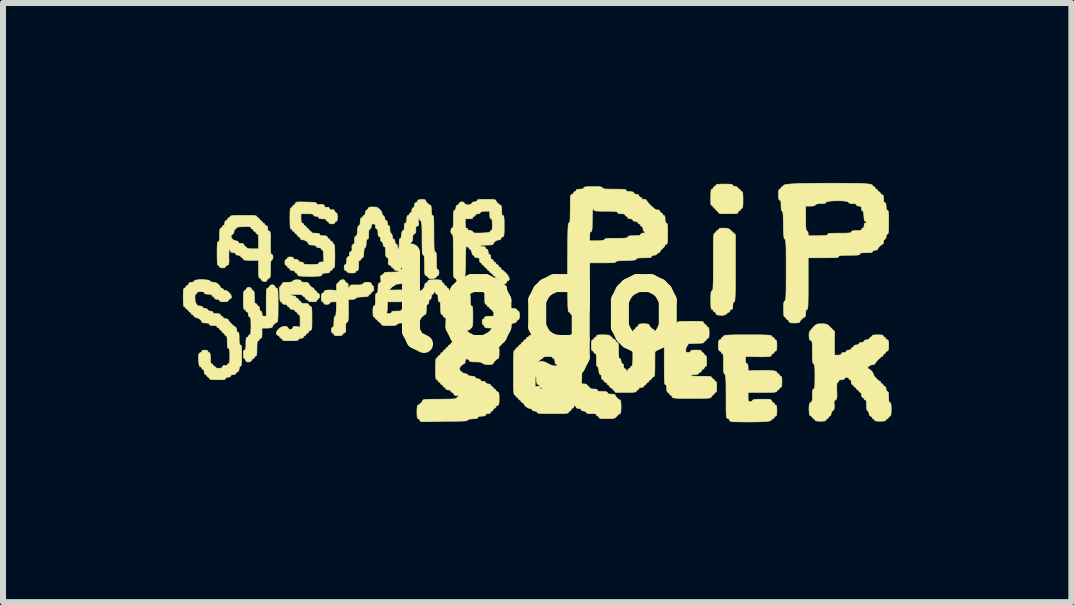
<source format=kicad_pcb>
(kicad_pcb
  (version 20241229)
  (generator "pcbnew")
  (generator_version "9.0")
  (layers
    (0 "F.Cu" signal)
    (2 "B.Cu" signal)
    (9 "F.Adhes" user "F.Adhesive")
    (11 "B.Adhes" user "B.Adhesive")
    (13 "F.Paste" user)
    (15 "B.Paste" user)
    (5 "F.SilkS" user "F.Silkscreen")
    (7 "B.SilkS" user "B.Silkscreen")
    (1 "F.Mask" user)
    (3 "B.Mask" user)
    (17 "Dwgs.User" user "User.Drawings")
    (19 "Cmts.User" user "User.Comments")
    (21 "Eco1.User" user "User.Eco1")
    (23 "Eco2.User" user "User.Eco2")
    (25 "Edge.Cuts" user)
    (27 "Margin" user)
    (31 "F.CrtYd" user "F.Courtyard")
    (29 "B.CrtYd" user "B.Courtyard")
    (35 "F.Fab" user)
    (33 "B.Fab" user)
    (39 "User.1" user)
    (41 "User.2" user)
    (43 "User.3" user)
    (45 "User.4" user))
  (footprint "logo"
    (layer "F.Cu")
    (at 5.907 1.996)
    (property "Reference" "logo" (at 0 0 0) (layer "F.SilkS") (effects (font (size 1.524 1.524) (thickness 0.3))))
    (attr through_hole)
    (fp_poly (pts (xy 3.188 -1.976) (xy 3.232 -1.972) (xy 3.254 -1.967) (xy 3.258 -1.959) (xy 3.268 -1.945) (xy 3.3 -1.937) (xy 3.3 -1.937) (xy 3.335 -1.928) (xy 3.346 -1.912) (xy 3.358 -1.894) (xy 3.367 -1.892) (xy 3.386 -1.881) (xy 3.389 -1.871) (xy 3.4 -1.852) (xy 3.41 -1.85) (xy 3.42 -1.845) (xy 3.426 -1.828) (xy 3.429 -1.794) (xy 3.431 -1.738) (xy 3.431 -1.708) (xy 3.43 -1.636) (xy 3.426 -1.593) (xy 3.419 -1.575) (xy 3.416 -1.575) (xy 3.401 -1.571) (xy 3.393 -1.555) (xy 3.382 -1.535) (xy 3.372 -1.533) (xy 3.358 -1.529) (xy 3.351 -1.512) (xy 3.345 -1.499) (xy 3.334 -1.49) (xy 3.312 -1.486) (xy 3.274 -1.484) (xy 3.215 -1.483) (xy 3.193 -1.483) (xy 3.043 -1.484) (xy 2.969 -1.562) (xy 2.894 -1.64) (xy 2.894 -1.766) (xy 2.895 -1.828) (xy 2.898 -1.866) (xy 2.904 -1.886) (xy 2.914 -1.892) (xy 2.916 -1.892) (xy 2.934 -1.903) (xy 2.937 -1.913) (xy 2.948 -1.932) (xy 2.958 -1.934) (xy 2.977 -1.946) (xy 2.979 -1.955) (xy 2.984 -1.965) (xy 3.001 -1.972) (xy 3.035 -1.975) (xy 3.091 -1.977) (xy 3.12 -1.977) (xy 3.188 -1.976)) (stroke (width 0.01) (type solid)) (fill yes) (layer "F.SilkS"))
    (fp_poly (pts (xy 3.154 -1.241) (xy 3.187 -1.233) (xy 3.216 -1.215) (xy 3.246 -1.187) (xy 3.304 -1.132) (xy 3.304 -0.573) (xy 3.304 -0.431) (xy 3.303 -0.315) (xy 3.303 -0.222) (xy 3.301 -0.15) (xy 3.3 -0.096) (xy 3.297 -0.058) (xy 3.294 -0.034) (xy 3.29 -0.02) (xy 3.285 -0.015) (xy 3.283 -0.014) (xy 3.269 -0.006) (xy 3.262 0.023) (xy 3.261 0.048) (xy 3.259 0.088) (xy 3.249 0.109) (xy 3.232 0.117) (xy 3.212 0.129) (xy 3.211 0.14) (xy 3.209 0.154) (xy 3.202 0.155) (xy 3.179 0.165) (xy 3.159 0.184) (xy 3.13 0.204) (xy 3.084 0.211) (xy 3.075 0.211) (xy 3.033 0.208) (xy 3.002 0.204) (xy 2.997 0.202) (xy 2.981 0.184) (xy 2.979 0.175) (xy 2.968 0.158) (xy 2.958 0.155) (xy 2.939 0.144) (xy 2.937 0.134) (xy 2.925 0.115) (xy 2.916 0.113) (xy 2.906 0.109) (xy 2.9 0.092) (xy 2.896 0.06) (xy 2.895 0.006) (xy 2.894 -0.042) (xy 2.895 -0.112) (xy 2.897 -0.158) (xy 2.902 -0.184) (xy 2.909 -0.196) (xy 2.916 -0.198) (xy 2.921 -0.201) (xy 2.926 -0.211) (xy 2.93 -0.232) (xy 2.932 -0.266) (xy 2.934 -0.316) (xy 2.936 -0.384) (xy 2.936 -0.473) (xy 2.937 -0.586) (xy 2.937 -0.678) (xy 2.937 -0.808) (xy 2.937 -0.913) (xy 2.938 -0.995) (xy 2.94 -1.057) (xy 2.942 -1.102) (xy 2.945 -1.131) (xy 2.949 -1.149) (xy 2.954 -1.156) (xy 2.958 -1.158) (xy 2.977 -1.168) (xy 2.979 -1.177) (xy 2.991 -1.196) (xy 3.009 -1.205) (xy 3.028 -1.216) (xy 3.029 -1.227) (xy 3.036 -1.237) (xy 3.07 -1.242) (xy 3.104 -1.242) (xy 3.154 -1.241)) (stroke (width 0.01) (type solid)) (fill yes) (layer "F.SilkS"))
    (fp_poly (pts (xy -3.227 -0.381) (xy -3.208 -0.369) (xy -3.205 -0.359) (xy -3.193 -0.338) (xy -3.175 -0.328) (xy -3.154 -0.315) (xy -3.152 -0.287) (xy -3.152 -0.258) (xy -3.143 -0.245) (xy -3.131 -0.252) (xy -3.125 -0.268) (xy -3.118 -0.284) (xy -3.104 -0.293) (xy -3.077 -0.296) (xy -3.029 -0.295) (xy -3.018 -0.295) (xy -2.963 -0.295) (xy -2.93 -0.299) (xy -2.912 -0.308) (xy -2.906 -0.315) (xy -2.886 -0.331) (xy -2.852 -0.339) (xy -2.814 -0.34) (xy -2.783 -0.334) (xy -2.768 -0.32) (xy -2.767 -0.317) (xy -2.756 -0.294) (xy -2.746 -0.287) (xy -2.73 -0.267) (xy -2.725 -0.231) (xy -2.729 -0.198) (xy -2.739 -0.19) (xy -2.74 -0.191) (xy -2.755 -0.187) (xy -2.763 -0.171) (xy -2.777 -0.147) (xy -2.79 -0.141) (xy -2.808 -0.13) (xy -2.81 -0.121) (xy -2.816 -0.109) (xy -2.839 -0.102) (xy -2.883 -0.098) (xy -2.919 -0.096) (xy -2.979 -0.092) (xy -3.013 -0.086) (xy -3.025 -0.076) (xy -3.025 -0.074) (xy -3.034 -0.062) (xy -3.069 -0.057) (xy -3.085 -0.056) (xy -3.149 -0.056) (xy -3.149 0.133) (xy -3.149 0.21) (xy -3.15 0.264) (xy -3.154 0.298) (xy -3.159 0.317) (xy -3.167 0.325) (xy -3.172 0.327) (xy -3.186 0.335) (xy -3.192 0.355) (xy -3.193 0.394) (xy -3.193 0.414) (xy -3.192 0.461) (xy -3.195 0.487) (xy -3.206 0.5) (xy -3.218 0.504) (xy -3.242 0.518) (xy -3.247 0.531) (xy -3.257 0.544) (xy -3.288 0.55) (xy -3.318 0.551) (xy -3.362 0.548) (xy -3.384 0.541) (xy -3.389 0.529) (xy -3.4 0.511) (xy -3.41 0.508) (xy -3.425 0.498) (xy -3.431 0.463) (xy -3.431 0.459) (xy -3.426 0.422) (xy -3.412 0.41) (xy -3.41 0.409) (xy -3.398 0.403) (xy -3.391 0.381) (xy -3.389 0.339) (xy -3.389 0.318) (xy -3.387 0.264) (xy -3.381 0.236) (xy -3.371 0.229) (xy -3.361 0.222) (xy -3.355 0.194) (xy -3.351 0.143) (xy -3.349 0.109) (xy -3.345 -0.014) (xy -3.402 -0.014) (xy -3.442 -0.011) (xy -3.458 0.001) (xy -3.459 0.007) (xy -3.47 0.023) (xy -3.504 0.028) (xy -3.509 0.028) (xy -3.545 0.024) (xy -3.558 0.009) (xy -3.558 0.007) (xy -3.569 -0.012) (xy -3.579 -0.014) (xy -3.592 -0.022) (xy -3.599 -0.048) (xy -3.6 -0.085) (xy -3.598 -0.129) (xy -3.59 -0.151) (xy -3.579 -0.155) (xy -3.56 -0.166) (xy -3.558 -0.176) (xy -3.545 -0.196) (xy -3.508 -0.208) (xy -3.452 -0.211) (xy -3.416 -0.209) (xy -3.346 -0.202) (xy -3.346 -0.263) (xy -3.343 -0.306) (xy -3.332 -0.324) (xy -3.327 -0.325) (xy -3.308 -0.337) (xy -3.3 -0.353) (xy -3.284 -0.372) (xy -3.256 -0.382) (xy -3.227 -0.381)) (stroke (width 0.01) (type solid)) (fill yes) (layer "F.SilkS"))
    (fp_poly (pts (xy -4.389 -0.29) (xy -4.373 -0.268) (xy -4.357 -0.245) (xy -4.343 -0.24) (xy -4.335 -0.237) (xy -4.329 -0.227) (xy -4.325 -0.204) (xy -4.323 -0.167) (xy -4.321 -0.112) (xy -4.321 -0.034) (xy -4.32 0.042) (xy -4.321 0.144) (xy -4.322 0.219) (xy -4.325 0.272) (xy -4.328 0.306) (xy -4.334 0.322) (xy -4.338 0.325) (xy -4.36 0.335) (xy -4.388 0.36) (xy -4.411 0.388) (xy -4.419 0.408) (xy -4.433 0.417) (xy -4.47 0.423) (xy -4.504 0.424) (xy -4.589 0.424) (xy -4.589 0.508) (xy -4.59 0.557) (xy -4.596 0.584) (xy -4.607 0.593) (xy -4.61 0.593) (xy -4.629 0.604) (xy -4.631 0.614) (xy -4.642 0.633) (xy -4.652 0.635) (xy -4.663 0.64) (xy -4.669 0.658) (xy -4.672 0.694) (xy -4.673 0.753) (xy -4.673 0.762) (xy -4.674 0.824) (xy -4.677 0.863) (xy -4.683 0.883) (xy -4.693 0.889) (xy -4.695 0.889) (xy -4.713 0.901) (xy -4.716 0.911) (xy -4.726 0.929) (xy -4.735 0.932) (xy -4.754 0.944) (xy -4.762 0.96) (xy -4.778 0.979) (xy -4.806 0.989) (xy -4.835 0.988) (xy -4.854 0.977) (xy -4.857 0.967) (xy -4.868 0.943) (xy -4.878 0.937) (xy -4.893 0.92) (xy -4.899 0.88) (xy -4.899 0.86) (xy -4.897 0.816) (xy -4.889 0.795) (xy -4.878 0.791) (xy -4.867 0.785) (xy -4.86 0.765) (xy -4.857 0.725) (xy -4.857 0.685) (xy -4.856 0.629) (xy -4.852 0.596) (xy -4.844 0.581) (xy -4.836 0.579) (xy -4.817 0.568) (xy -4.815 0.558) (xy -4.803 0.539) (xy -4.793 0.537) (xy -4.784 0.532) (xy -4.777 0.515) (xy -4.774 0.482) (xy -4.772 0.427) (xy -4.772 0.388) (xy -4.773 0.321) (xy -4.775 0.277) (xy -4.78 0.252) (xy -4.788 0.241) (xy -4.793 0.24) (xy -4.81 0.227) (xy -4.815 0.198) (xy -4.821 0.164) (xy -4.836 0.155) (xy -4.854 0.144) (xy -4.857 0.134) (xy -4.868 0.115) (xy -4.878 0.113) (xy -4.888 0.109) (xy -4.894 0.092) (xy -4.897 0.06) (xy -4.899 0.006) (xy -4.899 -0.042) (xy -4.899 -0.113) (xy -4.896 -0.16) (xy -4.891 -0.186) (xy -4.884 -0.197) (xy -4.88 -0.198) (xy -4.861 -0.209) (xy -4.853 -0.226) (xy -4.835 -0.248) (xy -4.806 -0.255) (xy -4.777 -0.247) (xy -4.762 -0.226) (xy -4.748 -0.203) (xy -4.735 -0.198) (xy -4.725 -0.191) (xy -4.719 -0.166) (xy -4.716 -0.12) (xy -4.716 -0.092) (xy -4.715 -0.036) (xy -4.711 -0.003) (xy -4.703 0.012) (xy -4.695 0.014) (xy -4.676 0.025) (xy -4.673 0.035) (xy -4.662 0.054) (xy -4.652 0.056) (xy -4.635 0.069) (xy -4.631 0.099) (xy -4.625 0.132) (xy -4.61 0.141) (xy -4.593 0.154) (xy -4.589 0.184) (xy -4.585 0.214) (xy -4.569 0.225) (xy -4.553 0.226) (xy -4.518 0.226) (xy -4.518 -0.007) (xy -4.518 -0.094) (xy -4.517 -0.156) (xy -4.514 -0.198) (xy -4.51 -0.224) (xy -4.505 -0.236) (xy -4.496 -0.24) (xy -4.496 -0.24) (xy -4.474 -0.252) (xy -4.466 -0.268) (xy -4.448 -0.291) (xy -4.418 -0.298) (xy -4.389 -0.29)) (stroke (width 0.01) (type solid)) (fill yes) (layer "F.SilkS"))
    (fp_poly (pts (xy 1.829 0.355) (xy 1.858 0.362) (xy 1.864 0.369) (xy 1.874 0.391) (xy 1.898 0.419) (xy 1.925 0.443) (xy 1.945 0.452) (xy 1.95 0.458) (xy 1.955 0.478) (xy 1.958 0.515) (xy 1.96 0.57) (xy 1.962 0.647) (xy 1.962 0.748) (xy 1.963 0.841) (xy 1.962 0.956) (xy 1.962 1.046) (xy 1.961 1.114) (xy 1.96 1.163) (xy 1.957 1.197) (xy 1.953 1.218) (xy 1.948 1.23) (xy 1.941 1.236) (xy 1.934 1.238) (xy 1.911 1.253) (xy 1.906 1.265) (xy 1.895 1.283) (xy 1.885 1.285) (xy 1.866 1.296) (xy 1.864 1.306) (xy 1.852 1.325) (xy 1.843 1.327) (xy 1.824 1.338) (xy 1.821 1.348) (xy 1.81 1.367) (xy 1.8 1.37) (xy 1.781 1.381) (xy 1.779 1.391) (xy 1.766 1.408) (xy 1.737 1.412) (xy 1.703 1.418) (xy 1.694 1.433) (xy 1.683 1.452) (xy 1.673 1.454) (xy 1.654 1.466) (xy 1.652 1.475) (xy 1.648 1.484) (xy 1.632 1.491) (xy 1.602 1.494) (xy 1.551 1.496) (xy 1.479 1.496) (xy 1.306 1.495) (xy 1.271 1.454) (xy 1.244 1.427) (xy 1.221 1.412) (xy 1.218 1.412) (xy 1.206 1.404) (xy 1.208 1.397) (xy 1.204 1.382) (xy 1.188 1.374) (xy 1.168 1.363) (xy 1.166 1.353) (xy 1.162 1.339) (xy 1.145 1.332) (xy 1.121 1.318) (xy 1.115 1.304) (xy 1.104 1.287) (xy 1.094 1.285) (xy 1.077 1.272) (xy 1.073 1.242) (xy 1.067 1.209) (xy 1.053 1.2) (xy 1.038 1.189) (xy 1.03 1.155) (xy 1.028 1.133) (xy 1.022 1.088) (xy 1.01 1.07) (xy 1.006 1.07) (xy 0.997 1.063) (xy 0.991 1.036) (xy 0.989 0.986) (xy 0.988 0.96) (xy 0.987 0.902) (xy 0.984 0.867) (xy 0.977 0.851) (xy 0.967 0.847) (xy 0.948 0.836) (xy 0.946 0.826) (xy 0.935 0.807) (xy 0.925 0.805) (xy 0.913 0.799) (xy 0.906 0.777) (xy 0.904 0.734) (xy 0.904 0.713) (xy 0.905 0.662) (xy 0.91 0.633) (xy 0.92 0.622) (xy 0.925 0.621) (xy 0.944 0.61) (xy 0.946 0.6) (xy 0.957 0.581) (xy 0.967 0.579) (xy 0.986 0.568) (xy 0.988 0.558) (xy 0.994 0.547) (xy 1.013 0.54) (xy 1.052 0.537) (xy 1.098 0.537) (xy 1.154 0.538) (xy 1.189 0.542) (xy 1.213 0.551) (xy 1.231 0.567) (xy 1.242 0.579) (xy 1.269 0.607) (xy 1.292 0.621) (xy 1.296 0.621) (xy 1.308 0.629) (xy 1.305 0.636) (xy 1.309 0.651) (xy 1.326 0.659) (xy 1.34 0.665) (xy 1.348 0.677) (xy 1.353 0.701) (xy 1.355 0.743) (xy 1.355 0.799) (xy 1.356 0.863) (xy 1.359 0.903) (xy 1.365 0.924) (xy 1.374 0.932) (xy 1.377 0.932) (xy 1.393 0.944) (xy 1.398 0.974) (xy 1.404 1.008) (xy 1.419 1.017) (xy 1.436 1.029) (xy 1.44 1.059) (xy 1.446 1.093) (xy 1.461 1.101) (xy 1.48 1.113) (xy 1.482 1.122) (xy 1.49 1.141) (xy 1.497 1.144) (xy 1.509 1.132) (xy 1.511 1.122) (xy 1.522 1.104) (xy 1.532 1.101) (xy 1.551 1.09) (xy 1.553 1.08) (xy 1.564 1.061) (xy 1.574 1.059) (xy 1.581 1.056) (xy 1.587 1.043) (xy 1.591 1.019) (xy 1.593 0.979) (xy 1.595 0.919) (xy 1.595 0.838) (xy 1.595 0.755) (xy 1.596 0.654) (xy 1.597 0.577) (xy 1.598 0.523) (xy 1.601 0.486) (xy 1.605 0.464) (xy 1.611 0.454) (xy 1.617 0.452) (xy 1.635 0.441) (xy 1.638 0.431) (xy 1.648 0.412) (xy 1.657 0.409) (xy 1.676 0.398) (xy 1.684 0.381) (xy 1.692 0.365) (xy 1.71 0.357) (xy 1.745 0.353) (xy 1.778 0.353) (xy 1.829 0.355)) (stroke (width 0.01) (type solid)) (fill yes) (layer "F.SilkS"))
    (fp_poly (pts (xy -3.961 -0.378) (xy -3.942 -0.369) (xy -3.939 -0.36) (xy -3.931 -0.346) (xy -3.903 -0.34) (xy -3.876 -0.339) (xy -3.831 -0.335) (xy -3.812 -0.324) (xy -3.812 -0.321) (xy -3.801 -0.299) (xy -3.777 -0.271) (xy -3.748 -0.248) (xy -3.728 -0.24) (xy -3.719 -0.231) (xy -3.721 -0.225) (xy -3.717 -0.21) (xy -3.701 -0.202) (xy -3.681 -0.191) (xy -3.68 -0.181) (xy -3.675 -0.168) (xy -3.658 -0.16) (xy -3.635 -0.142) (xy -3.628 -0.111) (xy -3.636 -0.078) (xy -3.657 -0.056) (xy -3.676 -0.04) (xy -3.678 -0.028) (xy -3.685 -0.02) (xy -3.715 -0.015) (xy -3.739 -0.014) (xy -3.788 -0.018) (xy -3.813 -0.029) (xy -3.817 -0.035) (xy -3.837 -0.054) (xy -3.848 -0.056) (xy -3.863 -0.063) (xy -3.861 -0.071) (xy -3.866 -0.085) (xy -3.885 -0.097) (xy -3.907 -0.11) (xy -3.911 -0.122) (xy -3.92 -0.128) (xy -3.952 -0.134) (xy -3.998 -0.138) (xy -4.006 -0.138) (xy -4.064 -0.139) (xy -4.099 -0.135) (xy -4.109 -0.128) (xy -4.096 -0.117) (xy -4.067 -0.113) (xy -4.066 -0.113) (xy -4.033 -0.107) (xy -4.024 -0.092) (xy -4.013 -0.073) (xy -4.003 -0.071) (xy -3.984 -0.059) (xy -3.982 -0.049) (xy -3.97 -0.031) (xy -3.96 -0.028) (xy -3.942 -0.017) (xy -3.939 -0.007) (xy -3.931 0.007) (xy -3.903 0.013) (xy -3.876 0.014) (xy -3.832 0.017) (xy -3.814 0.028) (xy -3.812 0.034) (xy -3.8 0.053) (xy -3.784 0.061) (xy -3.773 0.065) (xy -3.765 0.075) (xy -3.76 0.096) (xy -3.757 0.13) (xy -3.756 0.184) (xy -3.756 0.261) (xy -3.756 0.339) (xy -3.757 0.392) (xy -3.76 0.427) (xy -3.765 0.447) (xy -3.773 0.457) (xy -3.784 0.462) (xy -3.807 0.476) (xy -3.812 0.489) (xy -3.823 0.506) (xy -3.833 0.508) (xy -3.852 0.52) (xy -3.854 0.529) (xy -3.866 0.548) (xy -3.876 0.551) (xy -3.894 0.562) (xy -3.897 0.572) (xy -3.909 0.589) (xy -3.939 0.593) (xy -3.973 0.599) (xy -3.982 0.614) (xy -3.986 0.624) (xy -4.004 0.631) (xy -4.039 0.634) (xy -4.096 0.635) (xy -4.116 0.635) (xy -4.18 0.635) (xy -4.22 0.632) (xy -4.242 0.626) (xy -4.25 0.617) (xy -4.25 0.614) (xy -4.261 0.595) (xy -4.271 0.593) (xy -4.29 0.583) (xy -4.292 0.573) (xy -4.304 0.554) (xy -4.32 0.547) (xy -4.345 0.53) (xy -4.349 0.504) (xy -4.337 0.472) (xy -4.312 0.441) (xy -4.277 0.414) (xy -4.238 0.398) (xy -4.214 0.395) (xy -4.176 0.4) (xy -4.158 0.415) (xy -4.156 0.422) (xy -4.138 0.443) (xy -4.111 0.448) (xy -4.085 0.437) (xy -4.075 0.42) (xy -4.066 0.402) (xy -4.047 0.396) (xy -4.011 0.399) (xy -3.953 0.407) (xy -3.953 0.302) (xy -3.954 0.247) (xy -3.959 0.214) (xy -3.967 0.2) (xy -3.974 0.198) (xy -3.993 0.186) (xy -3.996 0.176) (xy -4.007 0.158) (xy -4.017 0.155) (xy -4.036 0.144) (xy -4.038 0.134) (xy -4.051 0.117) (xy -4.08 0.113) (xy -4.114 0.107) (xy -4.123 0.092) (xy -4.134 0.073) (xy -4.144 0.071) (xy -4.163 0.059) (xy -4.165 0.049) (xy -4.178 0.033) (xy -4.207 0.028) (xy -4.241 0.022) (xy -4.25 0.007) (xy -4.261 -0.012) (xy -4.271 -0.014) (xy -4.283 -0.02) (xy -4.289 -0.041) (xy -4.292 -0.082) (xy -4.292 -0.112) (xy -4.293 -0.164) (xy -4.296 -0.207) (xy -4.3 -0.231) (xy -4.297 -0.256) (xy -4.279 -0.278) (xy -4.257 -0.302) (xy -4.25 -0.321) (xy -4.239 -0.332) (xy -4.204 -0.338) (xy -4.167 -0.339) (xy -4.114 -0.341) (xy -4.085 -0.349) (xy -4.075 -0.36) (xy -4.056 -0.375) (xy -4.013 -0.381) (xy -4.003 -0.381) (xy -3.961 -0.378)) (stroke (width 0.01) (type solid)) (fill yes) (layer "F.SilkS"))
    (fp_poly (pts (xy 2.638 0.311) (xy 2.696 0.312) (xy 2.735 0.314) (xy 2.758 0.318) (xy 2.77 0.325) (xy 2.776 0.335) (xy 2.777 0.339) (xy 2.792 0.362) (xy 2.804 0.367) (xy 2.822 0.378) (xy 2.824 0.388) (xy 2.835 0.407) (xy 2.845 0.409) (xy 2.857 0.416) (xy 2.863 0.437) (xy 2.866 0.48) (xy 2.866 0.501) (xy 2.865 0.553) (xy 2.86 0.581) (xy 2.85 0.592) (xy 2.845 0.593) (xy 2.826 0.604) (xy 2.824 0.614) (xy 2.812 0.633) (xy 2.803 0.635) (xy 2.784 0.647) (xy 2.781 0.657) (xy 2.777 0.667) (xy 2.759 0.673) (xy 2.724 0.676) (xy 2.667 0.678) (xy 2.647 0.678) (xy 2.583 0.679) (xy 2.542 0.682) (xy 2.52 0.687) (xy 2.513 0.697) (xy 2.513 0.698) (xy 2.504 0.719) (xy 2.497 0.723) (xy 2.486 0.739) (xy 2.479 0.772) (xy 2.478 0.781) (xy 2.478 0.815) (xy 2.487 0.83) (xy 2.511 0.833) (xy 2.515 0.833) (xy 2.547 0.826) (xy 2.556 0.812) (xy 2.562 0.8) (xy 2.584 0.793) (xy 2.626 0.791) (xy 2.647 0.791) (xy 2.699 0.792) (xy 2.727 0.797) (xy 2.738 0.807) (xy 2.739 0.812) (xy 2.75 0.831) (xy 2.759 0.833) (xy 2.777 0.845) (xy 2.786 0.863) (xy 2.798 0.882) (xy 2.809 0.883) (xy 2.817 0.89) (xy 2.822 0.924) (xy 2.824 0.974) (xy 2.822 1.032) (xy 2.816 1.061) (xy 2.809 1.065) (xy 2.794 1.069) (xy 2.786 1.086) (xy 2.775 1.106) (xy 2.765 1.107) (xy 2.751 1.111) (xy 2.744 1.128) (xy 2.73 1.152) (xy 2.718 1.158) (xy 2.697 1.169) (xy 2.692 1.179) (xy 2.673 1.194) (xy 2.629 1.2) (xy 2.62 1.2) (xy 2.581 1.203) (xy 2.559 1.21) (xy 2.556 1.214) (xy 2.569 1.22) (xy 2.608 1.225) (xy 2.669 1.228) (xy 2.732 1.228) (xy 2.807 1.229) (xy 2.858 1.231) (xy 2.889 1.234) (xy 2.904 1.24) (xy 2.909 1.249) (xy 2.909 1.25) (xy 2.92 1.268) (xy 2.93 1.271) (xy 2.948 1.282) (xy 2.951 1.292) (xy 2.962 1.311) (xy 2.972 1.313) (xy 2.984 1.319) (xy 2.991 1.341) (xy 2.993 1.384) (xy 2.993 1.405) (xy 2.992 1.456) (xy 2.987 1.485) (xy 2.977 1.496) (xy 2.972 1.497) (xy 2.953 1.508) (xy 2.951 1.518) (xy 2.94 1.537) (xy 2.931 1.539) (xy 2.912 1.551) (xy 2.904 1.567) (xy 2.901 1.576) (xy 2.893 1.583) (xy 2.878 1.588) (xy 2.853 1.592) (xy 2.812 1.594) (xy 2.754 1.595) (xy 2.674 1.595) (xy 2.577 1.595) (xy 2.474 1.595) (xy 2.395 1.595) (xy 2.338 1.594) (xy 2.299 1.591) (xy 2.274 1.588) (xy 2.259 1.583) (xy 2.252 1.576) (xy 2.249 1.567) (xy 2.235 1.544) (xy 2.222 1.539) (xy 2.205 1.528) (xy 2.203 1.518) (xy 2.191 1.499) (xy 2.181 1.497) (xy 2.167 1.488) (xy 2.161 1.46) (xy 2.16 1.433) (xy 2.157 1.391) (xy 2.148 1.372) (xy 2.139 1.37) (xy 2.133 1.367) (xy 2.128 1.356) (xy 2.125 1.334) (xy 2.122 1.299) (xy 2.12 1.248) (xy 2.119 1.177) (xy 2.118 1.085) (xy 2.118 0.968) (xy 2.118 0.932) (xy 2.118 0.808) (xy 2.119 0.709) (xy 2.12 0.633) (xy 2.121 0.577) (xy 2.124 0.538) (xy 2.127 0.513) (xy 2.132 0.499) (xy 2.137 0.494) (xy 2.139 0.494) (xy 2.158 0.483) (xy 2.16 0.473) (xy 2.172 0.454) (xy 2.181 0.452) (xy 2.2 0.441) (xy 2.203 0.431) (xy 2.213 0.412) (xy 2.222 0.409) (xy 2.241 0.398) (xy 2.249 0.381) (xy 2.268 0.358) (xy 2.291 0.353) (xy 2.321 0.345) (xy 2.335 0.332) (xy 2.342 0.323) (xy 2.36 0.318) (xy 2.393 0.314) (xy 2.444 0.312) (xy 2.517 0.311) (xy 2.556 0.311) (xy 2.638 0.311)) (stroke (width 0.01) (type solid)) (fill yes) (layer "F.SilkS"))
    (fp_poly (pts (xy 3.638 0.537) (xy 3.741 0.538) (xy 3.817 0.54) (xy 3.869 0.543) (xy 3.897 0.547) (xy 3.903 0.552) (xy 3.907 0.566) (xy 3.924 0.574) (xy 3.947 0.588) (xy 3.953 0.602) (xy 3.965 0.619) (xy 3.974 0.621) (xy 3.986 0.627) (xy 3.993 0.649) (xy 3.996 0.692) (xy 3.996 0.713) (xy 3.994 0.764) (xy 3.989 0.793) (xy 3.979 0.804) (xy 3.974 0.805) (xy 3.956 0.815) (xy 3.953 0.824) (xy 3.941 0.843) (xy 3.924 0.852) (xy 3.904 0.863) (xy 3.903 0.874) (xy 3.902 0.886) (xy 3.882 0.895) (xy 3.839 0.9) (xy 3.772 0.903) (xy 3.68 0.902) (xy 3.658 0.901) (xy 3.473 0.897) (xy 3.473 0.957) (xy 3.476 0.997) (xy 3.487 1.015) (xy 3.494 1.017) (xy 3.509 1.025) (xy 3.515 1.055) (xy 3.516 1.077) (xy 3.516 1.137) (xy 3.709 1.132) (xy 3.811 1.13) (xy 3.889 1.132) (xy 3.943 1.137) (xy 3.977 1.145) (xy 3.993 1.157) (xy 3.996 1.165) (xy 4.007 1.184) (xy 4.017 1.186) (xy 4.036 1.197) (xy 4.038 1.207) (xy 4.049 1.226) (xy 4.059 1.228) (xy 4.071 1.234) (xy 4.078 1.256) (xy 4.08 1.299) (xy 4.08 1.32) (xy 4.079 1.372) (xy 4.074 1.4) (xy 4.064 1.411) (xy 4.059 1.412) (xy 4.04 1.423) (xy 4.038 1.433) (xy 4.027 1.452) (xy 4.017 1.454) (xy 3.998 1.466) (xy 3.996 1.475) (xy 3.992 1.483) (xy 3.979 1.489) (xy 3.952 1.493) (xy 3.908 1.495) (xy 3.842 1.496) (xy 3.756 1.497) (xy 3.516 1.497) (xy 3.516 1.574) (xy 3.517 1.619) (xy 3.521 1.642) (xy 3.533 1.651) (xy 3.549 1.652) (xy 3.579 1.644) (xy 3.591 1.631) (xy 3.601 1.621) (xy 3.622 1.615) (xy 3.661 1.611) (xy 3.722 1.61) (xy 3.749 1.61) (xy 3.816 1.61) (xy 3.86 1.612) (xy 3.886 1.616) (xy 3.9 1.624) (xy 3.906 1.635) (xy 3.907 1.638) (xy 3.921 1.661) (xy 3.934 1.666) (xy 3.951 1.677) (xy 3.953 1.687) (xy 3.965 1.706) (xy 3.974 1.708) (xy 3.986 1.715) (xy 3.993 1.736) (xy 3.996 1.779) (xy 3.996 1.8) (xy 3.994 1.852) (xy 3.989 1.88) (xy 3.979 1.891) (xy 3.974 1.892) (xy 3.956 1.902) (xy 3.953 1.911) (xy 3.941 1.93) (xy 3.924 1.939) (xy 3.904 1.95) (xy 3.902 1.96) (xy 3.893 1.967) (xy 3.863 1.975) (xy 3.817 1.981) (xy 3.815 1.982) (xy 3.77 1.984) (xy 3.707 1.987) (xy 3.632 1.988) (xy 3.55 1.989) (xy 3.466 1.989) (xy 3.388 1.988) (xy 3.319 1.987) (xy 3.266 1.985) (xy 3.234 1.982) (xy 3.23 1.981) (xy 3.209 1.967) (xy 3.205 1.956) (xy 3.193 1.938) (xy 3.177 1.93) (xy 3.168 1.927) (xy 3.161 1.92) (xy 3.157 1.906) (xy 3.153 1.882) (xy 3.151 1.844) (xy 3.149 1.789) (xy 3.149 1.714) (xy 3.149 1.616) (xy 3.149 1.563) (xy 3.148 1.451) (xy 3.148 1.364) (xy 3.146 1.299) (xy 3.144 1.253) (xy 3.14 1.222) (xy 3.136 1.205) (xy 3.13 1.196) (xy 3.127 1.195) (xy 3.118 1.186) (xy 3.112 1.166) (xy 3.108 1.13) (xy 3.106 1.073) (xy 3.106 1.017) (xy 3.106 0.944) (xy 3.104 0.895) (xy 3.1 0.866) (xy 3.094 0.851) (xy 3.084 0.847) (xy 3.084 0.847) (xy 3.07 0.84) (xy 3.071 0.832) (xy 3.068 0.817) (xy 3.051 0.809) (xy 3.035 0.802) (xy 3.026 0.785) (xy 3.022 0.753) (xy 3.021 0.713) (xy 3.023 0.664) (xy 3.027 0.636) (xy 3.038 0.622) (xy 3.051 0.617) (xy 3.071 0.606) (xy 3.072 0.596) (xy 3.077 0.582) (xy 3.094 0.574) (xy 3.113 0.563) (xy 3.114 0.552) (xy 3.121 0.547) (xy 3.152 0.543) (xy 3.206 0.54) (xy 3.285 0.538) (xy 3.39 0.537) (xy 3.509 0.537) (xy 3.638 0.537)) (stroke (width 0.01) (type solid)) (fill yes) (layer "F.SilkS"))
    (fp_poly (pts (xy -4.814 -1.454) (xy -4.752 -1.453) (xy -4.711 -1.45) (xy -4.687 -1.446) (xy -4.676 -1.44) (xy -4.673 -1.433) (xy -4.662 -1.414) (xy -4.652 -1.412) (xy -4.633 -1.401) (xy -4.631 -1.391) (xy -4.62 -1.372) (xy -4.61 -1.37) (xy -4.591 -1.358) (xy -4.589 -1.348) (xy -4.577 -1.33) (xy -4.567 -1.327) (xy -4.549 -1.317) (xy -4.546 -1.308) (xy -4.534 -1.289) (xy -4.516 -1.28) (xy -4.495 -1.268) (xy -4.494 -1.243) (xy -4.495 -1.238) (xy -4.496 -1.21) (xy -4.478 -1.197) (xy -4.475 -1.196) (xy -4.463 -1.191) (xy -4.455 -1.181) (xy -4.451 -1.162) (xy -4.448 -1.128) (xy -4.448 -1.075) (xy -4.448 -1) (xy -4.449 -0.923) (xy -4.448 -0.87) (xy -4.445 -0.836) (xy -4.44 -0.817) (xy -4.432 -0.809) (xy -4.428 -0.807) (xy -4.411 -0.792) (xy -4.405 -0.762) (xy -4.409 -0.732) (xy -4.425 -0.712) (xy -4.426 -0.711) (xy -4.436 -0.702) (xy -4.443 -0.68) (xy -4.446 -0.64) (xy -4.447 -0.578) (xy -4.447 -0.558) (xy -4.448 -0.492) (xy -4.45 -0.449) (xy -4.454 -0.424) (xy -4.462 -0.411) (xy -4.475 -0.406) (xy -4.476 -0.405) (xy -4.499 -0.39) (xy -4.504 -0.375) (xy -4.515 -0.358) (xy -4.541 -0.351) (xy -4.57 -0.356) (xy -4.593 -0.371) (xy -4.599 -0.381) (xy -4.613 -0.404) (xy -4.626 -0.409) (xy -4.635 -0.415) (xy -4.641 -0.436) (xy -4.644 -0.475) (xy -4.645 -0.537) (xy -4.645 -0.558) (xy -4.645 -0.706) (xy -4.772 -0.706) (xy -4.834 -0.707) (xy -4.873 -0.71) (xy -4.893 -0.716) (xy -4.899 -0.726) (xy -4.899 -0.727) (xy -4.911 -0.746) (xy -4.92 -0.748) (xy -4.939 -0.76) (xy -4.942 -0.769) (xy -4.954 -0.786) (xy -4.984 -0.791) (xy -5.018 -0.797) (xy -5.026 -0.812) (xy -5.039 -0.829) (xy -5.067 -0.833) (xy -5.1 -0.84) (xy -5.116 -0.864) (xy -5.116 -0.864) (xy -5.125 -0.888) (xy -5.133 -0.886) (xy -5.139 -0.862) (xy -5.141 -0.817) (xy -5.141 -0.755) (xy -5.141 -0.754) (xy -5.139 -0.695) (xy -5.141 -0.659) (xy -5.146 -0.639) (xy -5.156 -0.629) (xy -5.166 -0.626) (xy -5.19 -0.612) (xy -5.196 -0.598) (xy -5.209 -0.584) (xy -5.245 -0.579) (xy -5.282 -0.583) (xy -5.295 -0.598) (xy -5.295 -0.6) (xy -5.306 -0.619) (xy -5.316 -0.621) (xy -5.324 -0.625) (xy -5.33 -0.64) (xy -5.334 -0.669) (xy -5.336 -0.717) (xy -5.337 -0.788) (xy -5.337 -0.819) (xy -5.337 -0.899) (xy -5.335 -0.954) (xy -5.332 -0.99) (xy -5.327 -1.009) (xy -5.319 -1.016) (xy -5.316 -1.017) (xy -5.305 -1.022) (xy -5.298 -1.041) (xy -5.295 -1.079) (xy -5.295 -1.099) (xy -5.105 -1.099) (xy -5.092 -1.07) (xy -5.067 -1.046) (xy -5.034 -1.032) (xy -5.022 -1.031) (xy -4.99 -1.021) (xy -4.98 -1.004) (xy -4.968 -0.985) (xy -4.94 -0.984) (xy -4.935 -0.985) (xy -4.906 -0.985) (xy -4.892 -0.968) (xy -4.89 -0.962) (xy -4.876 -0.938) (xy -4.862 -0.932) (xy -4.845 -0.922) (xy -4.843 -0.914) (xy -4.832 -0.904) (xy -4.799 -0.898) (xy -4.744 -0.897) (xy -4.645 -0.897) (xy -4.645 -1.02) (xy -4.646 -1.081) (xy -4.649 -1.119) (xy -4.655 -1.138) (xy -4.666 -1.144) (xy -4.666 -1.144) (xy -4.685 -1.155) (xy -4.687 -1.165) (xy -4.699 -1.184) (xy -4.709 -1.186) (xy -4.727 -1.197) (xy -4.73 -1.207) (xy -4.741 -1.226) (xy -4.751 -1.228) (xy -4.77 -1.24) (xy -4.772 -1.25) (xy -4.776 -1.261) (xy -4.792 -1.267) (xy -4.825 -1.269) (xy -4.88 -1.268) (xy -4.896 -1.268) (xy -4.96 -1.264) (xy -4.998 -1.259) (xy -5.015 -1.251) (xy -5.016 -1.246) (xy -5.024 -1.231) (xy -5.033 -1.228) (xy -5.05 -1.216) (xy -5.055 -1.188) (xy -5.063 -1.153) (xy -5.081 -1.14) (xy -5.102 -1.124) (xy -5.105 -1.099) (xy -5.295 -1.099) (xy -5.295 -1.13) (xy -5.294 -1.187) (xy -5.29 -1.222) (xy -5.283 -1.239) (xy -5.273 -1.242) (xy -5.255 -1.254) (xy -5.252 -1.264) (xy -5.241 -1.282) (xy -5.231 -1.285) (xy -5.214 -1.297) (xy -5.21 -1.326) (xy -5.203 -1.359) (xy -5.18 -1.374) (xy -5.16 -1.385) (xy -5.159 -1.395) (xy -5.154 -1.409) (xy -5.138 -1.416) (xy -5.118 -1.428) (xy -5.118 -1.439) (xy -5.11 -1.445) (xy -5.079 -1.45) (xy -5.022 -1.453) (xy -4.939 -1.454) (xy -4.9 -1.454) (xy -4.814 -1.454)) (stroke (width 0.01) (type solid)) (fill yes) (layer "F.SilkS"))
    (fp_poly (pts (xy -3.909 -1.678) (xy -3.852 -1.677) (xy -3.778 -1.675) (xy -3.727 -1.672) (xy -3.696 -1.667) (xy -3.681 -1.66) (xy -3.678 -1.652) (xy -3.671 -1.639) (xy -3.645 -1.635) (xy -3.617 -1.636) (xy -3.577 -1.636) (xy -3.557 -1.629) (xy -3.548 -1.611) (xy -3.536 -1.59) (xy -3.511 -1.589) (xy -3.506 -1.59) (xy -3.478 -1.592) (xy -3.465 -1.573) (xy -3.464 -1.569) (xy -3.452 -1.548) (xy -3.426 -1.547) (xy -3.421 -1.548) (xy -3.394 -1.549) (xy -3.38 -1.531) (xy -3.379 -1.527) (xy -3.365 -1.503) (xy -3.352 -1.497) (xy -3.339 -1.487) (xy -3.333 -1.456) (xy -3.332 -1.426) (xy -3.334 -1.382) (xy -3.342 -1.36) (xy -3.353 -1.355) (xy -3.372 -1.344) (xy -3.374 -1.334) (xy -3.385 -1.319) (xy -3.419 -1.313) (xy -3.424 -1.313) (xy -3.46 -1.318) (xy -3.473 -1.332) (xy -3.473 -1.334) (xy -3.485 -1.353) (xy -3.494 -1.355) (xy -3.513 -1.367) (xy -3.516 -1.377) (xy -3.524 -1.391) (xy -3.552 -1.397) (xy -3.579 -1.398) (xy -3.621 -1.401) (xy -3.64 -1.41) (xy -3.643 -1.419) (xy -3.655 -1.436) (xy -3.685 -1.44) (xy -3.719 -1.446) (xy -3.727 -1.461) (xy -3.733 -1.472) (xy -3.753 -1.479) (xy -3.793 -1.482) (xy -3.833 -1.482) (xy -3.939 -1.482) (xy -3.939 -1.405) (xy -3.937 -1.358) (xy -3.931 -1.334) (xy -3.918 -1.327) (xy -3.899 -1.316) (xy -3.897 -1.306) (xy -3.886 -1.287) (xy -3.876 -1.285) (xy -3.857 -1.274) (xy -3.854 -1.264) (xy -3.843 -1.245) (xy -3.833 -1.242) (xy -3.815 -1.231) (xy -3.812 -1.221) (xy -3.801 -1.203) (xy -3.791 -1.2) (xy -3.772 -1.189) (xy -3.77 -1.179) (xy -3.762 -1.166) (xy -3.736 -1.159) (xy -3.699 -1.158) (xy -3.655 -1.155) (xy -3.633 -1.148) (xy -3.629 -1.137) (xy -3.62 -1.122) (xy -3.591 -1.116) (xy -3.567 -1.115) (xy -3.526 -1.113) (xy -3.505 -1.103) (xy -3.497 -1.086) (xy -3.486 -1.066) (xy -3.476 -1.064) (xy -3.462 -1.06) (xy -3.455 -1.043) (xy -3.443 -1.024) (xy -3.432 -1.023) (xy -3.419 -1.02) (xy -3.417 -1.01) (xy -3.405 -0.986) (xy -3.396 -0.979) (xy -3.387 -0.971) (xy -3.381 -0.953) (xy -3.377 -0.919) (xy -3.375 -0.866) (xy -3.374 -0.789) (xy -3.374 -0.775) (xy -3.375 -0.696) (xy -3.376 -0.64) (xy -3.38 -0.605) (xy -3.385 -0.586) (xy -3.392 -0.579) (xy -3.396 -0.579) (xy -3.414 -0.568) (xy -3.417 -0.558) (xy -3.428 -0.539) (xy -3.438 -0.537) (xy -3.457 -0.525) (xy -3.459 -0.515) (xy -3.467 -0.501) (xy -3.496 -0.495) (xy -3.523 -0.494) (xy -3.566 -0.491) (xy -3.585 -0.481) (xy -3.586 -0.474) (xy -3.598 -0.453) (xy -3.609 -0.446) (xy -3.632 -0.443) (xy -3.675 -0.441) (xy -3.733 -0.439) (xy -3.798 -0.439) (xy -3.862 -0.44) (xy -3.918 -0.441) (xy -3.959 -0.444) (xy -3.978 -0.447) (xy -3.994 -0.466) (xy -3.996 -0.474) (xy -4.007 -0.492) (xy -4.017 -0.494) (xy -4.036 -0.505) (xy -4.038 -0.515) (xy -4.051 -0.532) (xy -4.08 -0.537) (xy -4.114 -0.543) (xy -4.123 -0.558) (xy -4.134 -0.576) (xy -4.144 -0.579) (xy -4.163 -0.59) (xy -4.165 -0.6) (xy -4.176 -0.619) (xy -4.186 -0.621) (xy -4.202 -0.632) (xy -4.207 -0.666) (xy -4.207 -0.671) (xy -4.203 -0.707) (xy -4.188 -0.72) (xy -4.186 -0.72) (xy -4.168 -0.731) (xy -4.165 -0.741) (xy -4.154 -0.757) (xy -4.12 -0.762) (xy -4.116 -0.762) (xy -4.079 -0.758) (xy -4.066 -0.743) (xy -4.066 -0.741) (xy -4.054 -0.724) (xy -4.024 -0.72) (xy -3.99 -0.714) (xy -3.982 -0.699) (xy -3.969 -0.682) (xy -3.939 -0.678) (xy -3.906 -0.671) (xy -3.897 -0.657) (xy -3.892 -0.646) (xy -3.874 -0.64) (xy -3.838 -0.636) (xy -3.779 -0.635) (xy -3.77 -0.635) (xy -3.708 -0.636) (xy -3.669 -0.639) (xy -3.649 -0.645) (xy -3.643 -0.655) (xy -3.643 -0.657) (xy -3.63 -0.673) (xy -3.6 -0.678) (xy -3.557 -0.678) (xy -3.561 -0.78) (xy -3.565 -0.838) (xy -3.572 -0.87) (xy -3.582 -0.879) (xy -3.583 -0.879) (xy -3.598 -0.887) (xy -3.6 -0.897) (xy -3.613 -0.913) (xy -3.643 -0.918) (xy -3.676 -0.924) (xy -3.685 -0.939) (xy -3.693 -0.953) (xy -3.722 -0.959) (xy -3.749 -0.96) (xy -3.794 -0.964) (xy -3.812 -0.975) (xy -3.812 -0.978) (xy -3.824 -1.004) (xy -3.853 -1.029) (xy -3.888 -1.045) (xy -3.908 -1.047) (xy -3.937 -1.052) (xy -3.949 -1.072) (xy -3.963 -1.095) (xy -3.976 -1.101) (xy -3.993 -1.113) (xy -3.996 -1.122) (xy -4.007 -1.141) (xy -4.017 -1.144) (xy -4.036 -1.155) (xy -4.038 -1.165) (xy -4.049 -1.184) (xy -4.059 -1.186) (xy -4.078 -1.197) (xy -4.08 -1.207) (xy -4.092 -1.226) (xy -4.102 -1.228) (xy -4.111 -1.233) (xy -4.117 -1.248) (xy -4.12 -1.279) (xy -4.122 -1.329) (xy -4.123 -1.403) (xy -4.123 -1.405) (xy -4.122 -1.48) (xy -4.12 -1.53) (xy -4.117 -1.561) (xy -4.111 -1.577) (xy -4.102 -1.581) (xy -4.102 -1.581) (xy -4.083 -1.593) (xy -4.08 -1.603) (xy -4.07 -1.621) (xy -4.061 -1.624) (xy -4.042 -1.636) (xy -4.034 -1.652) (xy -4.029 -1.664) (xy -4.019 -1.672) (xy -3.999 -1.677) (xy -3.964 -1.679) (xy -3.909 -1.678)) (stroke (width 0.01) (type solid)) (fill yes) (layer "F.SilkS"))
    (fp_poly (pts (xy -1.07 0.579) (xy -1.013 0.581) (xy -0.976 0.584) (xy -0.955 0.589) (xy -0.947 0.596) (xy -0.946 0.6) (xy -0.94 0.611) (xy -0.92 0.618) (xy -0.881 0.621) (xy -0.84 0.621) (xy -0.784 0.622) (xy -0.751 0.626) (xy -0.737 0.634) (xy -0.734 0.642) (xy -0.723 0.661) (xy -0.713 0.664) (xy -0.694 0.674) (xy -0.692 0.683) (xy -0.68 0.702) (xy -0.664 0.71) (xy -0.649 0.717) (xy -0.641 0.732) (xy -0.637 0.762) (xy -0.635 0.812) (xy -0.635 0.825) (xy -0.637 0.885) (xy -0.642 0.919) (xy -0.652 0.932) (xy -0.653 0.932) (xy -0.675 0.943) (xy -0.703 0.967) (xy -0.726 0.995) (xy -0.734 1.015) (xy -0.747 1.025) (xy -0.778 1.031) (xy -0.819 1.032) (xy -0.861 1.028) (xy -0.895 1.021) (xy -0.912 1.01) (xy -0.913 1.01) (xy -0.924 0.998) (xy -0.952 0.991) (xy -1.001 0.988) (xy -1.024 0.988) (xy -1.079 0.987) (xy -1.112 0.983) (xy -1.127 0.975) (xy -1.132 0.965) (xy -1.148 0.945) (xy -1.168 0.939) (xy -1.192 0.942) (xy -1.2 0.963) (xy -1.2 0.977) (xy -1.206 1.006) (xy -1.218 1.017) (xy -1.241 1.028) (xy -1.269 1.053) (xy -1.291 1.082) (xy -1.299 1.103) (xy -1.287 1.131) (xy -1.257 1.16) (xy -1.221 1.18) (xy -1.195 1.186) (xy -1.167 1.192) (xy -1.161 1.204) (xy -1.151 1.217) (xy -1.112 1.224) (xy -1.098 1.226) (xy -1.053 1.232) (xy -1.032 1.244) (xy -1.031 1.25) (xy -1.018 1.266) (xy -0.988 1.271) (xy -0.955 1.277) (xy -0.946 1.292) (xy -0.933 1.309) (xy -0.904 1.313) (xy -0.87 1.319) (xy -0.861 1.334) (xy -0.849 1.351) (xy -0.819 1.355) (xy -0.785 1.362) (xy -0.777 1.377) (xy -0.765 1.395) (xy -0.755 1.398) (xy -0.737 1.409) (xy -0.734 1.419) (xy -0.723 1.438) (xy -0.713 1.44) (xy -0.694 1.451) (xy -0.692 1.46) (xy -0.68 1.479) (xy -0.664 1.487) (xy -0.649 1.493) (xy -0.641 1.509) (xy -0.636 1.539) (xy -0.635 1.59) (xy -0.635 1.6) (xy -0.636 1.654) (xy -0.64 1.687) (xy -0.647 1.704) (xy -0.661 1.712) (xy -0.664 1.712) (xy -0.687 1.728) (xy -0.692 1.743) (xy -0.699 1.759) (xy -0.707 1.757) (xy -0.722 1.761) (xy -0.73 1.778) (xy -0.744 1.801) (xy -0.757 1.807) (xy -0.774 1.819) (xy -0.777 1.828) (xy -0.789 1.845) (xy -0.819 1.85) (xy -0.853 1.856) (xy -0.861 1.871) (xy -0.87 1.885) (xy -0.898 1.891) (xy -0.925 1.892) (xy -0.967 1.895) (xy -0.986 1.905) (xy -0.988 1.912) (xy -0.996 1.925) (xy -1.023 1.933) (xy -1.074 1.937) (xy -1.077 1.937) (xy -1.13 1.942) (xy -1.157 1.95) (xy -1.161 1.959) (xy -1.167 1.966) (xy -1.187 1.971) (xy -1.227 1.974) (xy -1.288 1.976) (xy -1.374 1.977) (xy -1.389 1.977) (xy -1.481 1.977) (xy -1.578 1.978) (xy -1.669 1.98) (xy -1.745 1.982) (xy -1.766 1.983) (xy -1.83 1.985) (xy -1.885 1.985) (xy -1.924 1.984) (xy -1.938 1.982) (xy -1.955 1.97) (xy -1.954 1.961) (xy -1.959 1.947) (xy -1.975 1.939) (xy -1.99 1.932) (xy -1.999 1.919) (xy -2.003 1.891) (xy -2.005 1.844) (xy -2.005 1.82) (xy -2.003 1.758) (xy -1.998 1.722) (xy -1.989 1.709) (xy -1.987 1.708) (xy -1.965 1.698) (xy -1.937 1.673) (xy -1.914 1.645) (xy -1.906 1.625) (xy -1.895 1.619) (xy -1.861 1.615) (xy -1.804 1.612) (xy -1.72 1.61) (xy -1.624 1.61) (xy -1.526 1.609) (xy -1.454 1.608) (xy -1.402 1.606) (xy -1.369 1.603) (xy -1.35 1.599) (xy -1.342 1.593) (xy -1.341 1.588) (xy -1.33 1.57) (xy -1.319 1.567) (xy -1.305 1.56) (xy -1.307 1.552) (xy -1.326 1.543) (xy -1.336 1.545) (xy -1.362 1.547) (xy -1.384 1.539) (xy -1.391 1.525) (xy -1.389 1.522) (xy -1.394 1.509) (xy -1.41 1.501) (xy -1.434 1.487) (xy -1.44 1.474) (xy -1.453 1.459) (xy -1.482 1.454) (xy -1.516 1.448) (xy -1.525 1.433) (xy -1.536 1.414) (xy -1.546 1.412) (xy -1.565 1.401) (xy -1.567 1.391) (xy -1.579 1.372) (xy -1.588 1.37) (xy -1.607 1.358) (xy -1.61 1.348) (xy -1.621 1.33) (xy -1.631 1.327) (xy -1.649 1.316) (xy -1.652 1.306) (xy -1.663 1.287) (xy -1.673 1.285) (xy -1.682 1.281) (xy -1.688 1.266) (xy -1.692 1.236) (xy -1.694 1.186) (xy -1.694 1.113) (xy -1.694 1.1) (xy -1.693 1.017) (xy -1.691 0.961) (xy -1.686 0.931) (xy -1.679 0.925) (xy -1.665 0.922) (xy -1.656 0.905) (xy -1.645 0.885) (xy -1.635 0.884) (xy -1.622 0.879) (xy -1.614 0.863) (xy -1.6 0.839) (xy -1.587 0.833) (xy -1.569 0.822) (xy -1.567 0.812) (xy -1.556 0.793) (xy -1.546 0.791) (xy -1.527 0.779) (xy -1.525 0.769) (xy -1.514 0.751) (xy -1.504 0.748) (xy -1.485 0.737) (xy -1.482 0.727) (xy -1.471 0.708) (xy -1.461 0.706) (xy -1.443 0.695) (xy -1.44 0.686) (xy -1.428 0.668) (xy -1.41 0.659) (xy -1.39 0.648) (xy -1.389 0.638) (xy -1.384 0.624) (xy -1.368 0.617) (xy -1.348 0.605) (xy -1.348 0.594) (xy -1.341 0.587) (xy -1.309 0.583) (xy -1.252 0.58) (xy -1.168 0.579) (xy -1.152 0.579) (xy -1.07 0.579)) (stroke (width 0.01) (type solid)) (fill yes) (layer "F.SilkS"))
    (fp_poly (pts (xy 0.221 0.537) (xy 0.291 0.538) (xy 0.34 0.54) (xy 0.371 0.543) (xy 0.388 0.548) (xy 0.395 0.555) (xy 0.395 0.558) (xy 0.407 0.576) (xy 0.417 0.579) (xy 0.435 0.59) (xy 0.438 0.6) (xy 0.449 0.619) (xy 0.459 0.621) (xy 0.478 0.633) (xy 0.48 0.642) (xy 0.491 0.661) (xy 0.501 0.664) (xy 0.52 0.675) (xy 0.522 0.685) (xy 0.534 0.703) (xy 0.544 0.706) (xy 0.562 0.717) (xy 0.565 0.727) (xy 0.576 0.746) (xy 0.586 0.748) (xy 0.605 0.76) (xy 0.607 0.769) (xy 0.618 0.788) (xy 0.628 0.791) (xy 0.647 0.802) (xy 0.649 0.812) (xy 0.661 0.831) (xy 0.671 0.833) (xy 0.689 0.844) (xy 0.692 0.853) (xy 0.704 0.873) (xy 0.721 0.883) (xy 0.731 0.887) (xy 0.739 0.896) (xy 0.744 0.913) (xy 0.746 0.943) (xy 0.747 0.99) (xy 0.747 1.058) (xy 0.745 1.124) (xy 0.741 1.355) (xy 0.787 1.355) (xy 0.822 1.361) (xy 0.833 1.377) (xy 0.844 1.395) (xy 0.854 1.398) (xy 0.873 1.409) (xy 0.875 1.419) (xy 0.884 1.433) (xy 0.912 1.439) (xy 0.939 1.44) (xy 0.981 1.443) (xy 1 1.452) (xy 1.002 1.461) (xy 1.009 1.474) (xy 1.032 1.48) (xy 1.077 1.482) (xy 1.087 1.482) (xy 1.136 1.484) (xy 1.163 1.49) (xy 1.172 1.501) (xy 1.172 1.504) (xy 1.18 1.518) (xy 1.208 1.524) (xy 1.235 1.525) (xy 1.28 1.529) (xy 1.299 1.539) (xy 1.299 1.542) (xy 1.31 1.565) (xy 1.334 1.592) (xy 1.362 1.615) (xy 1.382 1.624) (xy 1.391 1.637) (xy 1.396 1.678) (xy 1.398 1.737) (xy 1.396 1.797) (xy 1.392 1.833) (xy 1.384 1.848) (xy 1.379 1.85) (xy 1.359 1.86) (xy 1.332 1.885) (xy 1.327 1.891) (xy 1.309 1.911) (xy 1.291 1.923) (xy 1.267 1.93) (xy 1.228 1.933) (xy 1.169 1.934) (xy 1.161 1.934) (xy 1.098 1.933) (xy 1.059 1.931) (xy 1.038 1.925) (xy 1.031 1.916) (xy 1.031 1.913) (xy 1.019 1.894) (xy 1.01 1.892) (xy 0.991 1.881) (xy 0.988 1.871) (xy 0.982 1.858) (xy 0.959 1.852) (xy 0.914 1.85) (xy 0.904 1.85) (xy 0.854 1.848) (xy 0.828 1.842) (xy 0.819 1.831) (xy 0.819 1.828) (xy 0.806 1.812) (xy 0.777 1.807) (xy 0.743 1.801) (xy 0.734 1.786) (xy 0.722 1.769) (xy 0.693 1.765) (xy 0.66 1.758) (xy 0.645 1.735) (xy 0.632 1.716) (xy 0.616 1.719) (xy 0.607 1.742) (xy 0.607 1.745) (xy 0.6 1.759) (xy 0.592 1.757) (xy 0.577 1.761) (xy 0.569 1.778) (xy 0.555 1.801) (xy 0.542 1.807) (xy 0.525 1.819) (xy 0.522 1.828) (xy 0.519 1.836) (xy 0.506 1.842) (xy 0.48 1.845) (xy 0.437 1.848) (xy 0.374 1.849) (xy 0.288 1.85) (xy 0.261 1.85) (xy 0.168 1.849) (xy 0.099 1.848) (xy 0.052 1.846) (xy 0.022 1.843) (xy 0.006 1.838) (xy 0.000208 1.831) (xy 0 1.828) (xy -0.013 1.812) (xy -0.042 1.807) (xy -0.076 1.801) (xy -0.085 1.786) (xy -0.097 1.769) (xy -0.122 1.765) (xy -0.154 1.755) (xy -0.188 1.732) (xy -0.215 1.704) (xy -0.226 1.679) (xy -0.237 1.668) (xy -0.247 1.666) (xy -0.266 1.655) (xy -0.268 1.645) (xy -0.28 1.626) (xy -0.289 1.624) (xy -0.308 1.612) (xy -0.311 1.603) (xy -0.322 1.584) (xy -0.332 1.581) (xy -0.351 1.57) (xy -0.353 1.56) (xy -0.364 1.541) (xy -0.374 1.539) (xy -0.381 1.536) (xy -0.386 1.524) (xy -0.389 1.502) (xy -0.392 1.464) (xy -0.393 1.426) (xy 0.042 1.426) (xy 0.054 1.439) (xy 0.064 1.44) (xy 0.082 1.433) (xy 0.085 1.426) (xy 0.073 1.413) (xy 0.064 1.412) (xy 0.045 1.42) (xy 0.042 1.426) (xy -0.393 1.426) (xy -0.394 1.41) (xy -0.394 1.398) (xy -0.035 1.398) (xy 0.004 1.398) (xy 0.032 1.393) (xy 0.042 1.384) (xy 0.031 1.371) (xy 0.023 1.37) (xy 0.001 1.358) (xy -0.011 1.323) (xy -0.014 1.269) (xy -0.011 1.234) (xy 0.002 1.204) (xy 0.03 1.17) (xy 0.049 1.15) (xy 0.084 1.116) (xy 0.111 1.098) (xy 0.141 1.089) (xy 0.185 1.087) (xy 0.206 1.087) (xy 0.257 1.088) (xy 0.287 1.093) (xy 0.301 1.103) (xy 0.306 1.114) (xy 0.325 1.136) (xy 0.348 1.14) (xy 0.373 1.136) (xy 0.379 1.116) (xy 0.378 1.103) (xy 0.371 1.078) (xy 0.362 1.073) (xy 0.348 1.067) (xy 0.337 1.047) (xy 0.323 1.026) (xy 0.311 1.024) (xy 0.301 1.018) (xy 0.297 0.989) (xy 0.296 0.982) (xy 0.292 0.945) (xy 0.278 0.932) (xy 0.275 0.932) (xy 0.257 0.922) (xy 0.254 0.914) (xy 0.243 0.903) (xy 0.208 0.898) (xy 0.173 0.898) (xy 0.123 0.902) (xy 0.098 0.91) (xy 0.095 0.916) (xy 0.088 0.931) (xy 0.083 0.932) (xy 0.064 0.941) (xy 0.035 0.965) (xy 0.018 0.981) (xy -0.029 1.031) (xy -0.032 1.214) (xy -0.035 1.398) (xy -0.394 1.398) (xy -0.395 1.335) (xy -0.395 1.237) (xy -0.395 1.165) (xy -0.395 1.051) (xy -0.395 0.962) (xy -0.393 0.896) (xy -0.391 0.849) (xy -0.388 0.817) (xy -0.384 0.8) (xy -0.378 0.792) (xy -0.374 0.791) (xy -0.355 0.779) (xy -0.353 0.769) (xy -0.342 0.751) (xy -0.332 0.748) (xy -0.313 0.737) (xy -0.311 0.727) (xy -0.299 0.708) (xy -0.289 0.706) (xy -0.271 0.695) (xy -0.268 0.685) (xy -0.257 0.666) (xy -0.247 0.664) (xy -0.228 0.652) (xy -0.226 0.642) (xy -0.215 0.624) (xy -0.205 0.621) (xy -0.186 0.611) (xy -0.184 0.602) (xy -0.172 0.583) (xy -0.154 0.574) (xy -0.134 0.563) (xy -0.134 0.552) (xy -0.126 0.546) (xy -0.095 0.541) (xy -0.04 0.539) (xy 0.042 0.537) (xy 0.126 0.537) (xy 0.221 0.537)) (stroke (width 0.01) (type solid)) (fill yes) (layer "F.SilkS"))
    (fp_poly (pts (xy 4.791 0.354) (xy 4.824 0.361) (xy 4.851 0.377) (xy 4.885 0.409) (xy 4.894 0.417) (xy 4.958 0.481) (xy 4.955 0.678) (xy 4.954 0.749) (xy 4.955 0.809) (xy 4.957 0.852) (xy 4.96 0.874) (xy 4.961 0.875) (xy 5.015 0.875) (xy 5.048 0.873) (xy 5.064 0.868) (xy 5.068 0.859) (xy 5.069 0.854) (xy 5.081 0.837) (xy 5.111 0.833) (xy 5.145 0.827) (xy 5.153 0.812) (xy 5.166 0.795) (xy 5.196 0.791) (xy 5.229 0.784) (xy 5.238 0.769) (xy 5.249 0.751) (xy 5.259 0.748) (xy 5.278 0.737) (xy 5.28 0.727) (xy 5.293 0.71) (xy 5.323 0.706) (xy 5.356 0.7) (xy 5.365 0.685) (xy 5.378 0.668) (xy 5.408 0.664) (xy 5.441 0.657) (xy 5.45 0.643) (xy 5.463 0.627) (xy 5.496 0.619) (xy 5.526 0.612) (xy 5.539 0.601) (xy 5.539 0.6) (xy 5.548 0.585) (xy 5.565 0.575) (xy 5.584 0.562) (xy 5.584 0.551) (xy 5.592 0.543) (xy 5.626 0.538) (xy 5.676 0.537) (xy 5.733 0.538) (xy 5.763 0.544) (xy 5.767 0.552) (xy 5.771 0.566) (xy 5.787 0.574) (xy 5.807 0.586) (xy 5.808 0.596) (xy 5.813 0.609) (xy 5.83 0.617) (xy 5.846 0.624) (xy 5.855 0.641) (xy 5.859 0.673) (xy 5.859 0.713) (xy 5.858 0.762) (xy 5.854 0.79) (xy 5.843 0.804) (xy 5.83 0.809) (xy 5.81 0.82) (xy 5.808 0.83) (xy 5.804 0.844) (xy 5.787 0.852) (xy 5.768 0.863) (xy 5.767 0.874) (xy 5.766 0.888) (xy 5.76 0.889) (xy 5.74 0.899) (xy 5.711 0.924) (xy 5.678 0.955) (xy 5.65 0.986) (xy 5.635 1.01) (xy 5.633 1.015) (xy 5.621 1.027) (xy 5.598 1.031) (xy 5.56 1.04) (xy 5.535 1.055) (xy 5.511 1.081) (xy 5.508 1.097) (xy 5.52 1.101) (xy 5.542 1.111) (xy 5.569 1.135) (xy 5.592 1.163) (xy 5.603 1.186) (xy 5.603 1.189) (xy 5.609 1.209) (xy 5.631 1.24) (xy 5.661 1.272) (xy 5.69 1.299) (xy 5.714 1.313) (xy 5.717 1.313) (xy 5.727 1.322) (xy 5.725 1.328) (xy 5.729 1.343) (xy 5.745 1.351) (xy 5.765 1.362) (xy 5.766 1.372) (xy 5.771 1.386) (xy 5.787 1.393) (xy 5.811 1.409) (xy 5.817 1.442) (xy 5.824 1.474) (xy 5.838 1.482) (xy 5.85 1.489) (xy 5.857 1.511) (xy 5.859 1.553) (xy 5.859 1.574) (xy 5.861 1.626) (xy 5.866 1.654) (xy 5.876 1.665) (xy 5.881 1.666) (xy 5.891 1.671) (xy 5.898 1.691) (xy 5.901 1.729) (xy 5.902 1.779) (xy 5.901 1.837) (xy 5.897 1.872) (xy 5.89 1.888) (xy 5.881 1.892) (xy 5.862 1.902) (xy 5.859 1.911) (xy 5.847 1.93) (xy 5.83 1.939) (xy 5.81 1.95) (xy 5.809 1.962) (xy 5.803 1.97) (xy 5.769 1.975) (xy 5.718 1.977) (xy 5.661 1.975) (xy 5.631 1.969) (xy 5.627 1.962) (xy 5.623 1.947) (xy 5.607 1.939) (xy 5.587 1.928) (xy 5.586 1.918) (xy 5.581 1.904) (xy 5.565 1.897) (xy 5.541 1.878) (xy 5.532 1.845) (xy 5.524 1.813) (xy 5.51 1.804) (xy 5.5 1.796) (xy 5.494 1.767) (xy 5.492 1.715) (xy 5.491 1.664) (xy 5.486 1.635) (xy 5.476 1.624) (xy 5.471 1.624) (xy 5.452 1.612) (xy 5.45 1.603) (xy 5.439 1.584) (xy 5.429 1.581) (xy 5.412 1.569) (xy 5.408 1.539) (xy 5.401 1.505) (xy 5.386 1.497) (xy 5.368 1.485) (xy 5.365 1.475) (xy 5.354 1.457) (xy 5.344 1.454) (xy 5.325 1.443) (xy 5.323 1.433) (xy 5.312 1.414) (xy 5.302 1.412) (xy 5.283 1.401) (xy 5.28 1.391) (xy 5.269 1.372) (xy 5.259 1.37) (xy 5.242 1.357) (xy 5.238 1.327) (xy 5.232 1.294) (xy 5.217 1.285) (xy 5.198 1.273) (xy 5.196 1.263) (xy 5.187 1.247) (xy 5.157 1.245) (xy 5.13 1.254) (xy 5.122 1.267) (xy 5.112 1.28) (xy 5.077 1.285) (xy 5.076 1.285) (xy 5.039 1.289) (xy 5.026 1.304) (xy 5.026 1.306) (xy 5.017 1.325) (xy 5.009 1.327) (xy 5 1.335) (xy 4.996 1.36) (xy 4.994 1.406) (xy 4.996 1.467) (xy 4.998 1.532) (xy 4.997 1.574) (xy 4.993 1.599) (xy 4.985 1.614) (xy 4.972 1.623) (xy 4.953 1.639) (xy 4.949 1.667) (xy 4.951 1.686) (xy 4.954 1.734) (xy 4.949 1.774) (xy 4.936 1.799) (xy 4.924 1.804) (xy 4.91 1.814) (xy 4.902 1.845) (xy 4.902 1.846) (xy 4.893 1.88) (xy 4.877 1.892) (xy 4.859 1.903) (xy 4.857 1.913) (xy 4.846 1.932) (xy 4.836 1.934) (xy 4.817 1.946) (xy 4.815 1.955) (xy 4.808 1.967) (xy 4.787 1.974) (xy 4.744 1.976) (xy 4.723 1.977) (xy 4.671 1.975) (xy 4.643 1.97) (xy 4.632 1.96) (xy 4.631 1.955) (xy 4.62 1.937) (xy 4.61 1.934) (xy 4.591 1.923) (xy 4.589 1.913) (xy 4.578 1.894) (xy 4.569 1.892) (xy 4.55 1.884) (xy 4.539 1.859) (xy 4.533 1.812) (xy 4.532 1.764) (xy 4.534 1.715) (xy 4.541 1.686) (xy 4.554 1.67) (xy 4.56 1.666) (xy 4.575 1.654) (xy 4.584 1.635) (xy 4.588 1.6) (xy 4.589 1.546) (xy 4.59 1.49) (xy 4.594 1.457) (xy 4.602 1.442) (xy 4.61 1.44) (xy 4.618 1.436) (xy 4.624 1.422) (xy 4.628 1.393) (xy 4.63 1.346) (xy 4.631 1.276) (xy 4.631 1.235) (xy 4.631 1.153) (xy 4.629 1.094) (xy 4.626 1.056) (xy 4.62 1.034) (xy 4.613 1.023) (xy 4.61 1.022) (xy 4.601 1.014) (xy 4.595 0.994) (xy 4.591 0.96) (xy 4.589 0.906) (xy 4.589 0.828) (xy 4.589 0.824) (xy 4.588 0.746) (xy 4.586 0.691) (xy 4.583 0.657) (xy 4.577 0.64) (xy 4.569 0.635) (xy 4.547 0.624) (xy 4.535 0.587) (xy 4.532 0.538) (xy 4.536 0.502) (xy 4.551 0.47) (xy 4.582 0.432) (xy 4.594 0.419) (xy 4.629 0.383) (xy 4.656 0.363) (xy 4.686 0.355) (xy 4.728 0.353) (xy 4.743 0.353) (xy 4.791 0.354)) (stroke (width 0.01) (type solid)) (fill yes) (layer "F.SilkS"))
    (fp_poly (pts (xy 1.001 -1.934) (xy 1.047 -1.931) (xy 1.074 -1.927) (xy 1.085 -1.92) (xy 1.087 -1.913) (xy 1.091 -1.905) (xy 1.106 -1.899) (xy 1.135 -1.895) (xy 1.183 -1.893) (xy 1.254 -1.892) (xy 1.285 -1.892) (xy 1.365 -1.892) (xy 1.42 -1.89) (xy 1.455 -1.887) (xy 1.475 -1.882) (xy 1.482 -1.874) (xy 1.482 -1.871) (xy 1.491 -1.857) (xy 1.519 -1.85) (xy 1.546 -1.85) (xy 1.588 -1.847) (xy 1.607 -1.837) (xy 1.61 -1.828) (xy 1.622 -1.812) (xy 1.65 -1.807) (xy 1.684 -1.8) (xy 1.699 -1.778) (xy 1.71 -1.758) (xy 1.722 -1.757) (xy 1.734 -1.755) (xy 1.737 -1.745) (xy 1.748 -1.727) (xy 1.779 -1.723) (xy 1.809 -1.718) (xy 1.821 -1.707) (xy 1.821 -1.707) (xy 1.831 -1.689) (xy 1.855 -1.659) (xy 1.888 -1.625) (xy 1.924 -1.591) (xy 1.957 -1.563) (xy 1.981 -1.546) (xy 1.989 -1.545) (xy 2.014 -1.548) (xy 2.039 -1.535) (xy 2.047 -1.516) (xy 2.059 -1.499) (xy 2.068 -1.497) (xy 2.087 -1.485) (xy 2.09 -1.475) (xy 2.101 -1.457) (xy 2.111 -1.454) (xy 2.125 -1.446) (xy 2.131 -1.418) (xy 2.132 -1.391) (xy 2.135 -1.349) (xy 2.144 -1.33) (xy 2.153 -1.327) (xy 2.162 -1.323) (xy 2.168 -1.308) (xy 2.172 -1.277) (xy 2.174 -1.227) (xy 2.174 -1.152) (xy 2.174 -1.151) (xy 2.174 -1.076) (xy 2.172 -1.025) (xy 2.168 -0.994) (xy 2.162 -0.979) (xy 2.153 -0.974) (xy 2.153 -0.974) (xy 2.134 -0.965) (xy 2.131 -0.957) (xy 2.121 -0.937) (xy 2.096 -0.91) (xy 2.089 -0.904) (xy 2.062 -0.877) (xy 2.048 -0.855) (xy 2.047 -0.851) (xy 2.036 -0.835) (xy 2.026 -0.833) (xy 2.002 -0.822) (xy 1.996 -0.812) (xy 1.977 -0.796) (xy 1.947 -0.791) (xy 1.914 -0.784) (xy 1.906 -0.769) (xy 1.901 -0.759) (xy 1.883 -0.753) (xy 1.847 -0.749) (xy 1.788 -0.748) (xy 1.779 -0.748) (xy 1.717 -0.747) (xy 1.678 -0.744) (xy 1.658 -0.738) (xy 1.652 -0.728) (xy 1.652 -0.728) (xy 1.647 -0.719) (xy 1.63 -0.712) (xy 1.596 -0.708) (xy 1.541 -0.705) (xy 1.479 -0.703) (xy 1.402 -0.7) (xy 1.35 -0.697) (xy 1.321 -0.691) (xy 1.31 -0.684) (xy 1.31 -0.681) (xy 1.304 -0.674) (xy 1.283 -0.669) (xy 1.243 -0.666) (xy 1.181 -0.664) (xy 1.094 -0.664) (xy 0.875 -0.664) (xy 0.875 -0.254) (xy 0.875 -0.134) (xy 0.875 -0.04) (xy 0.873 0.032) (xy 0.872 0.084) (xy 0.869 0.12) (xy 0.865 0.141) (xy 0.86 0.152) (xy 0.854 0.155) (xy 0.835 0.167) (xy 0.833 0.176) (xy 0.823 0.195) (xy 0.813 0.198) (xy 0.795 0.209) (xy 0.787 0.226) (xy 0.778 0.242) (xy 0.759 0.251) (xy 0.721 0.254) (xy 0.701 0.254) (xy 0.653 0.252) (xy 0.625 0.245) (xy 0.609 0.229) (xy 0.607 0.226) (xy 0.587 0.203) (xy 0.57 0.198) (xy 0.557 0.19) (xy 0.558 0.183) (xy 0.554 0.168) (xy 0.538 0.16) (xy 0.531 0.158) (xy 0.526 0.154) (xy 0.521 0.145) (xy 0.518 0.13) (xy 0.515 0.107) (xy 0.512 0.072) (xy 0.511 0.024) (xy 0.51 -0.04) (xy 0.509 -0.122) (xy 0.509 -0.223) (xy 0.508 -0.348) (xy 0.508 -0.497) (xy 0.508 -0.588) (xy 0.508 -0.753) (xy 0.509 -0.892) (xy 0.509 -1.007) (xy 0.51 -1.1) (xy 0.51 -1.108) (xy 0.875 -1.108) (xy 0.875 -1.031) (xy 0.994 -1.031) (xy 1.055 -1.032) (xy 1.094 -1.036) (xy 1.114 -1.044) (xy 1.121 -1.052) (xy 1.129 -1.061) (xy 1.148 -1.067) (xy 1.182 -1.07) (xy 1.236 -1.072) (xy 1.313 -1.073) (xy 1.32 -1.073) (xy 1.398 -1.073) (xy 1.452 -1.075) (xy 1.486 -1.078) (xy 1.504 -1.084) (xy 1.511 -1.092) (xy 1.511 -1.094) (xy 1.516 -1.105) (xy 1.536 -1.112) (xy 1.576 -1.115) (xy 1.617 -1.115) (xy 1.673 -1.117) (xy 1.706 -1.121) (xy 1.721 -1.129) (xy 1.723 -1.136) (xy 1.736 -1.152) (xy 1.774 -1.162) (xy 1.775 -1.162) (xy 1.807 -1.166) (xy 1.814 -1.171) (xy 1.797 -1.178) (xy 1.797 -1.178) (xy 1.772 -1.197) (xy 1.765 -1.23) (xy 1.758 -1.262) (xy 1.744 -1.271) (xy 1.725 -1.282) (xy 1.723 -1.292) (xy 1.711 -1.311) (xy 1.701 -1.313) (xy 1.683 -1.324) (xy 1.68 -1.334) (xy 1.668 -1.351) (xy 1.638 -1.355) (xy 1.604 -1.362) (xy 1.595 -1.377) (xy 1.583 -1.393) (xy 1.553 -1.398) (xy 1.519 -1.404) (xy 1.511 -1.419) (xy 1.499 -1.438) (xy 1.49 -1.44) (xy 1.471 -1.451) (xy 1.468 -1.461) (xy 1.46 -1.475) (xy 1.432 -1.482) (xy 1.405 -1.482) (xy 1.363 -1.485) (xy 1.344 -1.495) (xy 1.341 -1.504) (xy 1.337 -1.512) (xy 1.323 -1.518) (xy 1.294 -1.522) (xy 1.246 -1.524) (xy 1.175 -1.525) (xy 1.144 -1.525) (xy 1.064 -1.525) (xy 1.008 -1.527) (xy 0.973 -1.53) (xy 0.954 -1.535) (xy 0.946 -1.543) (xy 0.946 -1.546) (xy 0.938 -1.565) (xy 0.932 -1.567) (xy 0.926 -1.554) (xy 0.921 -1.514) (xy 0.919 -1.453) (xy 0.918 -1.377) (xy 0.917 -1.299) (xy 0.916 -1.245) (xy 0.912 -1.211) (xy 0.907 -1.192) (xy 0.899 -1.186) (xy 0.897 -1.186) (xy 0.884 -1.179) (xy 0.877 -1.155) (xy 0.875 -1.108) (xy 0.51 -1.108) (xy 0.511 -1.174) (xy 0.513 -1.23) (xy 0.515 -1.271) (xy 0.518 -1.299) (xy 0.521 -1.317) (xy 0.525 -1.325) (xy 0.529 -1.327) (xy 0.537 -1.331) (xy 0.543 -1.344) (xy 0.547 -1.372) (xy 0.549 -1.416) (xy 0.55 -1.482) (xy 0.551 -1.561) (xy 0.551 -1.648) (xy 0.552 -1.71) (xy 0.554 -1.752) (xy 0.557 -1.779) (xy 0.563 -1.794) (xy 0.571 -1.801) (xy 0.579 -1.803) (xy 0.602 -1.817) (xy 0.607 -1.83) (xy 0.618 -1.847) (xy 0.628 -1.85) (xy 0.647 -1.861) (xy 0.649 -1.871) (xy 0.658 -1.885) (xy 0.686 -1.891) (xy 0.713 -1.892) (xy 0.755 -1.895) (xy 0.774 -1.904) (xy 0.777 -1.913) (xy 0.781 -1.923) (xy 0.797 -1.929) (xy 0.83 -1.932) (xy 0.883 -1.934) (xy 0.932 -1.934) (xy 1.001 -1.934)) (stroke (width 0.01) (type solid)) (fill yes) (layer "F.SilkS"))
    (fp_poly (pts (xy 5.075 -1.99) (xy 5.21 -1.989) (xy 5.321 -1.988) (xy 5.41 -1.985) (xy 5.478 -1.982) (xy 5.529 -1.977) (xy 5.563 -1.971) (xy 5.583 -1.964) (xy 5.591 -1.956) (xy 5.591 -1.953) (xy 5.602 -1.936) (xy 5.612 -1.934) (xy 5.631 -1.923) (xy 5.633 -1.913) (xy 5.645 -1.894) (xy 5.655 -1.892) (xy 5.673 -1.881) (xy 5.676 -1.871) (xy 5.687 -1.852) (xy 5.697 -1.85) (xy 5.716 -1.839) (xy 5.718 -1.83) (xy 5.73 -1.811) (xy 5.746 -1.803) (xy 5.764 -1.793) (xy 5.773 -1.77) (xy 5.775 -1.731) (xy 5.777 -1.689) (xy 5.786 -1.669) (xy 5.796 -1.666) (xy 5.81 -1.658) (xy 5.816 -1.629) (xy 5.817 -1.603) (xy 5.82 -1.561) (xy 5.829 -1.542) (xy 5.838 -1.539) (xy 5.847 -1.535) (xy 5.853 -1.52) (xy 5.856 -1.491) (xy 5.859 -1.443) (xy 5.859 -1.373) (xy 5.859 -1.341) (xy 5.859 -1.262) (xy 5.857 -1.206) (xy 5.854 -1.171) (xy 5.849 -1.151) (xy 5.842 -1.144) (xy 5.838 -1.144) (xy 5.821 -1.131) (xy 5.817 -1.101) (xy 5.811 -1.068) (xy 5.796 -1.059) (xy 5.779 -1.046) (xy 5.775 -1.017) (xy 5.769 -0.986) (xy 5.757 -0.974) (xy 5.735 -0.963) (xy 5.707 -0.939) (xy 5.684 -0.911) (xy 5.676 -0.891) (xy 5.664 -0.88) (xy 5.634 -0.875) (xy 5.633 -0.875) (xy 5.6 -0.869) (xy 5.591 -0.854) (xy 5.586 -0.843) (xy 5.566 -0.836) (xy 5.526 -0.834) (xy 5.485 -0.833) (xy 5.429 -0.832) (xy 5.397 -0.828) (xy 5.382 -0.82) (xy 5.379 -0.812) (xy 5.375 -0.803) (xy 5.36 -0.797) (xy 5.329 -0.793) (xy 5.279 -0.791) (xy 5.204 -0.791) (xy 5.203 -0.791) (xy 5.128 -0.79) (xy 5.077 -0.788) (xy 5.046 -0.785) (xy 5.031 -0.779) (xy 5.026 -0.77) (xy 5.026 -0.769) (xy 5.023 -0.762) (xy 5.01 -0.756) (xy 4.983 -0.752) (xy 4.94 -0.75) (xy 4.877 -0.749) (xy 4.789 -0.748) (xy 4.772 -0.748) (xy 4.518 -0.748) (xy 4.518 -0.318) (xy 4.518 -0.195) (xy 4.517 -0.097) (xy 4.516 -0.022) (xy 4.515 0.033) (xy 4.512 0.071) (xy 4.509 0.096) (xy 4.504 0.108) (xy 4.498 0.113) (xy 4.497 0.113) (xy 4.483 0.121) (xy 4.477 0.15) (xy 4.476 0.176) (xy 4.472 0.221) (xy 4.461 0.24) (xy 4.458 0.24) (xy 4.436 0.251) (xy 4.408 0.275) (xy 4.385 0.303) (xy 4.377 0.323) (xy 4.363 0.333) (xy 4.326 0.338) (xy 4.291 0.339) (xy 4.242 0.338) (xy 4.215 0.332) (xy 4.201 0.321) (xy 4.197 0.311) (xy 4.183 0.288) (xy 4.171 0.282) (xy 4.153 0.271) (xy 4.151 0.261) (xy 4.14 0.242) (xy 4.13 0.24) (xy 4.12 0.235) (xy 4.113 0.218) (xy 4.11 0.183) (xy 4.109 0.125) (xy 4.109 0.106) (xy 4.109 0.042) (xy 4.112 0.001) (xy 4.118 -0.02) (xy 4.127 -0.028) (xy 4.13 -0.028) (xy 4.135 -0.031) (xy 4.14 -0.042) (xy 4.143 -0.062) (xy 4.146 -0.095) (xy 4.148 -0.144) (xy 4.15 -0.21) (xy 4.15 -0.297) (xy 4.151 -0.407) (xy 4.151 -0.542) (xy 4.151 -0.544) (xy 4.151 -0.68) (xy 4.15 -0.79) (xy 4.15 -0.877) (xy 4.148 -0.944) (xy 4.146 -0.992) (xy 4.143 -1.026) (xy 4.14 -1.046) (xy 4.135 -1.056) (xy 4.13 -1.059) (xy 4.122 -1.063) (xy 4.116 -1.078) (xy 4.112 -1.107) (xy 4.109 -1.154) (xy 4.107 -1.223) (xy 4.105 -1.295) (xy 4.103 -1.387) (xy 4.101 -1.453) (xy 4.097 -1.497) (xy 4.092 -1.521) (xy 4.085 -1.528) (xy 4.084 -1.528) (xy 4.074 -1.536) (xy 4.068 -1.565) (xy 4.066 -1.61) (xy 4.476 -1.61) (xy 4.476 -1.406) (xy 4.476 -1.324) (xy 4.478 -1.266) (xy 4.481 -1.229) (xy 4.487 -1.207) (xy 4.494 -1.196) (xy 4.497 -1.195) (xy 4.513 -1.176) (xy 4.518 -1.151) (xy 4.518 -1.115) (xy 4.68 -1.115) (xy 4.752 -1.116) (xy 4.799 -1.118) (xy 4.827 -1.122) (xy 4.84 -1.129) (xy 4.843 -1.137) (xy 4.847 -1.145) (xy 4.861 -1.151) (xy 4.891 -1.155) (xy 4.938 -1.157) (xy 5.009 -1.158) (xy 5.04 -1.158) (xy 5.12 -1.158) (xy 5.176 -1.16) (xy 5.211 -1.163) (xy 5.23 -1.168) (xy 5.238 -1.176) (xy 5.238 -1.179) (xy 5.245 -1.191) (xy 5.268 -1.198) (xy 5.313 -1.2) (xy 5.323 -1.2) (xy 5.372 -1.202) (xy 5.398 -1.208) (xy 5.407 -1.219) (xy 5.408 -1.221) (xy 5.419 -1.24) (xy 5.429 -1.242) (xy 5.446 -1.255) (xy 5.45 -1.285) (xy 5.456 -1.318) (xy 5.471 -1.327) (xy 5.49 -1.335) (xy 5.492 -1.341) (xy 5.481 -1.354) (xy 5.472 -1.355) (xy 5.459 -1.363) (xy 5.452 -1.391) (xy 5.447 -1.441) (xy 5.447 -1.444) (xy 5.442 -1.497) (xy 5.434 -1.524) (xy 5.425 -1.528) (xy 5.412 -1.538) (xy 5.408 -1.567) (xy 5.404 -1.597) (xy 5.388 -1.608) (xy 5.365 -1.61) (xy 5.332 -1.616) (xy 5.323 -1.631) (xy 5.314 -1.645) (xy 5.286 -1.651) (xy 5.26 -1.652) (xy 5.217 -1.655) (xy 5.197 -1.666) (xy 5.193 -1.674) (xy 5.178 -1.684) (xy 5.141 -1.692) (xy 5.089 -1.697) (xy 5.028 -1.699) (xy 4.965 -1.698) (xy 4.905 -1.695) (xy 4.857 -1.69) (xy 4.825 -1.682) (xy 4.817 -1.674) (xy 4.807 -1.661) (xy 4.781 -1.654) (xy 4.733 -1.652) (xy 4.73 -1.652) (xy 4.678 -1.649) (xy 4.65 -1.641) (xy 4.64 -1.631) (xy 4.625 -1.617) (xy 4.59 -1.611) (xy 4.554 -1.61) (xy 4.476 -1.61) (xy 4.066 -1.61) (xy 4.066 -1.617) (xy 4.065 -1.668) (xy 4.06 -1.697) (xy 4.05 -1.708) (xy 4.045 -1.708) (xy 4.033 -1.715) (xy 4.027 -1.736) (xy 4.024 -1.779) (xy 4.024 -1.8) (xy 4.025 -1.852) (xy 4.03 -1.88) (xy 4.04 -1.891) (xy 4.045 -1.892) (xy 4.064 -1.903) (xy 4.066 -1.913) (xy 4.078 -1.932) (xy 4.087 -1.934) (xy 4.106 -1.944) (xy 4.109 -1.953) (xy 4.117 -1.962) (xy 4.144 -1.969) (xy 4.19 -1.975) (xy 4.256 -1.98) (xy 4.345 -1.984) (xy 4.456 -1.987) (xy 4.592 -1.989) (xy 4.754 -1.99) (xy 4.913 -1.991) (xy 5.075 -1.99)) (stroke (width 0.01) (type solid)) (fill yes) (layer "F.SilkS"))
    (fp_poly (pts (xy -5.523 -0.38) (xy -5.482 -0.374) (xy -5.458 -0.364) (xy -5.455 -0.36) (xy -5.435 -0.344) (xy -5.397 -0.339) (xy -5.347 -0.328) (xy -5.314 -0.303) (xy -5.291 -0.275) (xy -5.281 -0.255) (xy -5.28 -0.253) (xy -5.269 -0.241) (xy -5.261 -0.24) (xy -5.239 -0.229) (xy -5.233 -0.219) (xy -5.217 -0.205) (xy -5.206 -0.205) (xy -5.185 -0.201) (xy -5.154 -0.182) (xy -5.142 -0.172) (xy -5.11 -0.134) (xy -5.098 -0.099) (xy -5.105 -0.072) (xy -5.125 -0.061) (xy -5.148 -0.046) (xy -5.153 -0.034) (xy -5.163 -0.021) (xy -5.194 -0.015) (xy -5.224 -0.014) (xy -5.268 -0.016) (xy -5.29 -0.024) (xy -5.295 -0.035) (xy -5.307 -0.052) (xy -5.337 -0.056) (xy -5.371 -0.063) (xy -5.379 -0.078) (xy -5.391 -0.096) (xy -5.401 -0.099) (xy -5.419 -0.11) (xy -5.422 -0.12) (xy -5.43 -0.134) (xy -5.458 -0.14) (xy -5.485 -0.141) (xy -5.527 -0.144) (xy -5.546 -0.153) (xy -5.549 -0.162) (xy -5.557 -0.176) (xy -5.585 -0.183) (xy -5.612 -0.184) (xy -5.654 -0.181) (xy -5.673 -0.171) (xy -5.676 -0.162) (xy -5.685 -0.144) (xy -5.693 -0.141) (xy -5.704 -0.131) (xy -5.707 -0.099) (xy -5.706 -0.064) (xy -5.702 -0.021) (xy -5.694 0.007) (xy -5.689 0.014) (xy -5.677 0.026) (xy -5.676 0.035) (xy -5.665 0.051) (xy -5.631 0.056) (xy -5.626 0.056) (xy -5.591 0.061) (xy -5.58 0.074) (xy -5.581 0.074) (xy -5.571 0.088) (xy -5.539 0.096) (xy -5.538 0.096) (xy -5.504 0.105) (xy -5.492 0.121) (xy -5.48 0.137) (xy -5.45 0.141) (xy -5.416 0.148) (xy -5.408 0.162) (xy -5.399 0.176) (xy -5.37 0.183) (xy -5.346 0.184) (xy -5.305 0.186) (xy -5.284 0.196) (xy -5.276 0.213) (xy -5.264 0.233) (xy -5.253 0.234) (xy -5.24 0.236) (xy -5.238 0.246) (xy -5.227 0.263) (xy -5.196 0.268) (xy -5.166 0.273) (xy -5.153 0.284) (xy -5.153 0.284) (xy -5.144 0.303) (xy -5.119 0.333) (xy -5.088 0.365) (xy -5.057 0.392) (xy -5.033 0.408) (xy -5.028 0.409) (xy -5.017 0.422) (xy -5.012 0.451) (xy -5.012 0.452) (xy -5.006 0.485) (xy -4.991 0.494) (xy -4.98 0.5) (xy -4.973 0.52) (xy -4.97 0.559) (xy -4.97 0.6) (xy -4.969 0.656) (xy -4.965 0.689) (xy -4.957 0.704) (xy -4.949 0.706) (xy -4.94 0.71) (xy -4.934 0.725) (xy -4.93 0.756) (xy -4.928 0.807) (xy -4.928 0.881) (xy -4.928 0.882) (xy -4.928 0.957) (xy -4.93 1.008) (xy -4.934 1.039) (xy -4.94 1.055) (xy -4.949 1.059) (xy -4.949 1.059) (xy -4.965 1.071) (xy -4.97 1.103) (xy -4.976 1.138) (xy -4.997 1.153) (xy -4.998 1.154) (xy -5.021 1.168) (xy -5.026 1.181) (xy -5.039 1.196) (xy -5.069 1.2) (xy -5.102 1.206) (xy -5.111 1.221) (xy -5.124 1.238) (xy -5.153 1.242) (xy -5.187 1.249) (xy -5.196 1.264) (xy -5.201 1.274) (xy -5.218 1.28) (xy -5.253 1.284) (xy -5.31 1.285) (xy -5.33 1.285) (xy -5.394 1.284) (xy -5.434 1.281) (xy -5.456 1.276) (xy -5.464 1.267) (xy -5.464 1.264) (xy -5.475 1.245) (xy -5.485 1.242) (xy -5.504 1.231) (xy -5.506 1.221) (xy -5.518 1.203) (xy -5.528 1.2) (xy -5.546 1.188) (xy -5.55 1.175) (xy -5.554 1.137) (xy -5.559 1.12) (xy -5.568 1.117) (xy -5.569 1.117) (xy -5.585 1.106) (xy -5.592 1.092) (xy -5.608 1.07) (xy -5.621 1.066) (xy -5.632 1.058) (xy -5.639 1.033) (xy -5.643 0.986) (xy -5.645 0.955) (xy -5.646 0.9) (xy -5.644 0.866) (xy -5.638 0.848) (xy -5.627 0.839) (xy -5.62 0.837) (xy -5.597 0.823) (xy -5.591 0.81) (xy -5.578 0.795) (xy -5.542 0.791) (xy -5.505 0.795) (xy -5.492 0.81) (xy -5.492 0.812) (xy -5.481 0.831) (xy -5.471 0.833) (xy -5.459 0.839) (xy -5.453 0.861) (xy -5.45 0.904) (xy -5.45 0.925) (xy -5.449 0.976) (xy -5.443 1.005) (xy -5.434 1.016) (xy -5.429 1.017) (xy -5.41 1.028) (xy -5.408 1.038) (xy -5.396 1.056) (xy -5.386 1.059) (xy -5.368 1.069) (xy -5.365 1.077) (xy -5.352 1.09) (xy -5.314 1.095) (xy -5.31 1.095) (xy -5.27 1.091) (xy -5.251 1.078) (xy -5.247 1.069) (xy -5.233 1.049) (xy -5.201 1.047) (xy -5.2 1.047) (xy -5.17 1.045) (xy -5.164 1.034) (xy -5.156 1.019) (xy -5.146 1.017) (xy -5.136 1.012) (xy -5.13 0.994) (xy -5.126 0.958) (xy -5.125 0.899) (xy -5.125 0.889) (xy -5.126 0.828) (xy -5.129 0.789) (xy -5.135 0.769) (xy -5.145 0.762) (xy -5.146 0.762) (xy -5.158 0.757) (xy -5.164 0.737) (xy -5.167 0.697) (xy -5.168 0.657) (xy -5.169 0.601) (xy -5.173 0.568) (xy -5.181 0.553) (xy -5.189 0.551) (xy -5.207 0.539) (xy -5.21 0.529) (xy -5.22 0.511) (xy -5.229 0.508) (xy -5.248 0.496) (xy -5.257 0.479) (xy -5.268 0.459) (xy -5.278 0.457) (xy -5.291 0.453) (xy -5.299 0.436) (xy -5.311 0.417) (xy -5.322 0.416) (xy -5.335 0.413) (xy -5.337 0.403) (xy -5.344 0.389) (xy -5.371 0.382) (xy -5.401 0.381) (xy -5.442 0.378) (xy -5.461 0.369) (xy -5.464 0.36) (xy -5.472 0.346) (xy -5.501 0.34) (xy -5.528 0.339) (xy -5.573 0.335) (xy -5.591 0.324) (xy -5.591 0.321) (xy -5.603 0.296) (xy -5.63 0.271) (xy -5.661 0.254) (xy -5.678 0.252) (xy -5.703 0.244) (xy -5.718 0.227) (xy -5.738 0.204) (xy -5.755 0.198) (xy -5.769 0.19) (xy -5.767 0.183) (xy -5.771 0.168) (xy -5.787 0.16) (xy -5.807 0.149) (xy -5.808 0.139) (xy -5.813 0.125) (xy -5.83 0.117) (xy -5.853 0.103) (xy -5.859 0.09) (xy -5.871 0.073) (xy -5.881 0.071) (xy -5.89 0.066) (xy -5.896 0.05) (xy -5.9 0.017) (xy -5.901 -0.036) (xy -5.902 -0.085) (xy -5.901 -0.154) (xy -5.899 -0.2) (xy -5.894 -0.227) (xy -5.887 -0.238) (xy -5.881 -0.24) (xy -5.862 -0.251) (xy -5.859 -0.261) (xy -5.849 -0.28) (xy -5.84 -0.282) (xy -5.821 -0.294) (xy -5.813 -0.311) (xy -5.798 -0.332) (xy -5.763 -0.339) (xy -5.762 -0.339) (xy -5.728 -0.345) (xy -5.718 -0.36) (xy -5.705 -0.371) (xy -5.672 -0.379) (xy -5.626 -0.383) (xy -5.574 -0.383) (xy -5.523 -0.38)) (stroke (width 0.01) (type solid)) (fill yes) (layer "F.SilkS"))
    (fp_poly (pts (xy -0.774 -1.722) (xy -0.726 -1.719) (xy -0.699 -1.713) (xy -0.692 -1.705) (xy -0.681 -1.682) (xy -0.657 -1.655) (xy -0.629 -1.632) (xy -0.609 -1.624) (xy -0.599 -1.61) (xy -0.594 -1.573) (xy -0.593 -1.539) (xy -0.591 -1.49) (xy -0.586 -1.463) (xy -0.574 -1.454) (xy -0.572 -1.454) (xy -0.563 -1.45) (xy -0.557 -1.435) (xy -0.553 -1.404) (xy -0.551 -1.353) (xy -0.551 -1.279) (xy -0.551 -1.206) (xy -0.552 -1.157) (xy -0.556 -1.126) (xy -0.561 -1.108) (xy -0.571 -1.1) (xy -0.579 -1.097) (xy -0.602 -1.081) (xy -0.607 -1.066) (xy -0.617 -1.048) (xy -0.639 -1.047) (xy -0.671 -1.041) (xy -0.705 -1.021) (xy -0.729 -0.995) (xy -0.734 -0.978) (xy -0.743 -0.968) (xy -0.772 -0.963) (xy -0.825 -0.96) (xy -0.848 -0.96) (xy -0.909 -0.958) (xy -0.945 -0.954) (xy -0.953 -0.946) (xy -0.953 -0.946) (xy -0.933 -0.933) (xy -0.927 -0.933) (xy -0.884 -0.933) (xy -0.863 -0.919) (xy -0.861 -0.911) (xy -0.85 -0.892) (xy -0.84 -0.889) (xy -0.823 -0.877) (xy -0.819 -0.847) (xy -0.813 -0.814) (xy -0.798 -0.805) (xy -0.781 -0.792) (xy -0.777 -0.762) (xy -0.77 -0.729) (xy -0.755 -0.72) (xy -0.737 -0.709) (xy -0.734 -0.699) (xy -0.723 -0.68) (xy -0.713 -0.678) (xy -0.694 -0.666) (xy -0.692 -0.657) (xy -0.681 -0.638) (xy -0.671 -0.635) (xy -0.652 -0.624) (xy -0.649 -0.614) (xy -0.638 -0.595) (xy -0.628 -0.593) (xy -0.61 -0.582) (xy -0.607 -0.572) (xy -0.6 -0.553) (xy -0.594 -0.551) (xy -0.577 -0.541) (xy -0.548 -0.517) (xy -0.523 -0.493) (xy -0.489 -0.452) (xy -0.47 -0.414) (xy -0.465 -0.385) (xy -0.478 -0.369) (xy -0.487 -0.367) (xy -0.506 -0.356) (xy -0.508 -0.345) (xy -0.52 -0.324) (xy -0.54 -0.311) (xy -0.572 -0.298) (xy -0.54 -0.289) (xy -0.519 -0.277) (xy -0.51 -0.253) (xy -0.508 -0.222) (xy -0.52 -0.164) (xy -0.554 -0.123) (xy -0.606 -0.101) (xy -0.634 -0.099) (xy -0.67 -0.097) (xy -0.685 -0.087) (xy -0.688 -0.064) (xy -0.688 -0.064) (xy -0.684 -0.039) (xy -0.667 -0.03) (xy -0.641 -0.028) (xy -0.607 -0.024) (xy -0.596 -0.011) (xy -0.597 -0.011) (xy -0.587 0.003) (xy -0.557 0.013) (xy -0.554 0.014) (xy -0.523 0.022) (xy -0.509 0.033) (xy -0.509 0.035) (xy -0.499 0.05) (xy -0.487 0.056) (xy -0.468 0.07) (xy -0.465 0.078) (xy -0.453 0.087) (xy -0.422 0.094) (xy -0.403 0.096) (xy -0.359 0.103) (xy -0.34 0.115) (xy -0.339 0.121) (xy -0.328 0.139) (xy -0.318 0.141) (xy -0.304 0.149) (xy -0.298 0.175) (xy -0.296 0.212) (xy -0.299 0.258) (xy -0.308 0.279) (xy -0.316 0.282) (xy -0.335 0.294) (xy -0.343 0.311) (xy -0.361 0.334) (xy -0.387 0.339) (xy -0.414 0.344) (xy -0.424 0.353) (xy -0.435 0.366) (xy -0.443 0.367) (xy -0.462 0.379) (xy -0.47 0.395) (xy -0.475 0.406) (xy -0.485 0.414) (xy -0.504 0.419) (xy -0.539 0.422) (xy -0.592 0.423) (xy -0.668 0.424) (xy -0.676 0.424) (xy -0.756 0.423) (xy -0.812 0.422) (xy -0.847 0.419) (xy -0.867 0.414) (xy -0.875 0.406) (xy -0.875 0.402) (xy -0.887 0.378) (xy -0.897 0.372) (xy -0.913 0.352) (xy -0.918 0.315) (xy -0.914 0.283) (xy -0.904 0.275) (xy -0.903 0.276) (xy -0.888 0.272) (xy -0.88 0.256) (xy -0.875 0.243) (xy -0.864 0.234) (xy -0.842 0.229) (xy -0.804 0.227) (xy -0.745 0.226) (xy -0.718 0.226) (xy -0.644 0.225) (xy -0.596 0.221) (xy -0.573 0.215) (xy -0.572 0.212) (xy -0.591 0.201) (xy -0.613 0.198) (xy -0.642 0.19) (xy -0.655 0.176) (xy -0.674 0.161) (xy -0.706 0.155) (xy -0.736 0.151) (xy -0.741 0.14) (xy -0.741 0.14) (xy -0.745 0.126) (xy -0.761 0.117) (xy -0.785 0.103) (xy -0.791 0.09) (xy -0.802 0.073) (xy -0.812 0.071) (xy -0.831 0.059) (xy -0.833 0.049) (xy -0.844 0.031) (xy -0.854 0.028) (xy -0.864 0.023) (xy -0.871 0.006) (xy -0.874 -0.029) (xy -0.875 -0.086) (xy -0.875 -0.106) (xy -0.874 -0.171) (xy -0.871 -0.212) (xy -0.865 -0.234) (xy -0.856 -0.24) (xy -0.856 -0.24) (xy -0.837 -0.252) (xy -0.829 -0.269) (xy -0.821 -0.286) (xy -0.803 -0.294) (xy -0.769 -0.296) (xy -0.745 -0.295) (xy -0.695 -0.295) (xy -0.662 -0.304) (xy -0.64 -0.32) (xy -0.611 -0.349) (xy -0.643 -0.379) (xy -0.67 -0.401) (xy -0.691 -0.409) (xy -0.701 -0.418) (xy -0.698 -0.425) (xy -0.702 -0.439) (xy -0.718 -0.447) (xy -0.738 -0.458) (xy -0.74 -0.468) (xy -0.744 -0.482) (xy -0.761 -0.49) (xy -0.785 -0.504) (xy -0.791 -0.517) (xy -0.802 -0.534) (xy -0.812 -0.537) (xy -0.831 -0.548) (xy -0.833 -0.558) (xy -0.844 -0.576) (xy -0.854 -0.579) (xy -0.873 -0.59) (xy -0.875 -0.6) (xy -0.887 -0.619) (xy -0.897 -0.621) (xy -0.915 -0.633) (xy -0.918 -0.642) (xy -0.929 -0.661) (xy -0.939 -0.664) (xy -0.956 -0.676) (xy -0.96 -0.706) (xy -0.964 -0.736) (xy -0.98 -0.747) (xy -1.002 -0.748) (xy -1.036 -0.755) (xy -1.045 -0.769) (xy -1.056 -0.788) (xy -1.065 -0.791) (xy -1.082 -0.804) (xy -1.09 -0.837) (xy -1.097 -0.867) (xy -1.107 -0.88) (xy -1.108 -0.88) (xy -1.124 -0.889) (xy -1.133 -0.905) (xy -1.146 -0.925) (xy -1.156 -0.926) (xy -1.17 -0.931) (xy -1.18 -0.95) (xy -1.185 -0.947) (xy -1.188 -0.919) (xy -1.192 -0.867) (xy -1.194 -0.792) (xy -1.196 -0.698) (xy -1.196 -0.697) (xy -1.198 -0.6) (xy -1.2 -0.528) (xy -1.202 -0.477) (xy -1.205 -0.443) (xy -1.21 -0.423) (xy -1.216 -0.411) (xy -1.225 -0.406) (xy -1.229 -0.405) (xy -1.251 -0.389) (xy -1.257 -0.375) (xy -1.264 -0.359) (xy -1.289 -0.355) (xy -1.302 -0.356) (xy -1.336 -0.364) (xy -1.344 -0.379) (xy -1.353 -0.397) (xy -1.369 -0.405) (xy -1.378 -0.408) (xy -1.385 -0.415) (xy -1.39 -0.429) (xy -1.393 -0.452) (xy -1.395 -0.489) (xy -1.397 -0.543) (xy -1.398 -0.616) (xy -1.398 -0.713) (xy -1.398 -0.778) (xy -1.398 -0.891) (xy -1.399 -0.978) (xy -1.4 -1.043) (xy -1.402 -1.089) (xy -1.405 -1.119) (xy -1.41 -1.136) (xy -1.415 -1.143) (xy -1.419 -1.144) (xy -1.435 -1.154) (xy -1.44 -1.189) (xy -1.44 -1.193) (xy -1.436 -1.23) (xy -1.421 -1.242) (xy -1.419 -1.242) (xy -1.409 -1.247) (xy -1.403 -1.264) (xy -1.399 -1.297) (xy -1.398 -1.352) (xy -1.398 -1.391) (xy -1.398 -1.398) (xy -1.2 -1.398) (xy -1.2 -1.32) (xy -1.198 -1.273) (xy -1.192 -1.249) (xy -1.179 -1.242) (xy -1.162 -1.233) (xy -1.161 -1.225) (xy -1.151 -1.211) (xy -1.12 -1.203) (xy -1.119 -1.203) (xy -1.084 -1.193) (xy -1.073 -1.178) (xy -1.069 -1.168) (xy -1.052 -1.162) (xy -1.019 -1.16) (xy -0.965 -1.16) (xy -0.928 -1.161) (xy -0.859 -1.164) (xy -0.814 -1.168) (xy -0.791 -1.175) (xy -0.787 -1.182) (xy -0.779 -1.198) (xy -0.769 -1.2) (xy -0.758 -1.206) (xy -0.751 -1.227) (xy -0.749 -1.268) (xy -0.748 -1.299) (xy -0.75 -1.353) (xy -0.754 -1.383) (xy -0.763 -1.396) (xy -0.769 -1.398) (xy -0.783 -1.406) (xy -0.79 -1.434) (xy -0.791 -1.461) (xy -0.791 -1.525) (xy -0.868 -1.525) (xy -0.915 -1.523) (xy -0.939 -1.516) (xy -0.946 -1.504) (xy -0.959 -1.487) (xy -0.988 -1.482) (xy -1.022 -1.476) (xy -1.031 -1.461) (xy -1.042 -1.443) (xy -1.052 -1.44) (xy -1.071 -1.429) (xy -1.073 -1.419) (xy -1.081 -1.405) (xy -1.11 -1.399) (xy -1.137 -1.398) (xy -1.2 -1.398) (xy -1.398 -1.398) (xy -1.397 -1.458) (xy -1.395 -1.502) (xy -1.39 -1.527) (xy -1.382 -1.538) (xy -1.377 -1.539) (xy -1.36 -1.552) (xy -1.355 -1.581) (xy -1.35 -1.614) (xy -1.333 -1.624) (xy -1.312 -1.636) (xy -1.303 -1.652) (xy -1.286 -1.674) (xy -1.256 -1.681) (xy -1.227 -1.674) (xy -1.211 -1.654) (xy -1.194 -1.637) (xy -1.162 -1.63) (xy -1.126 -1.632) (xy -1.098 -1.644) (xy -1.09 -1.657) (xy -1.073 -1.676) (xy -1.044 -1.68) (xy -1.011 -1.687) (xy -1.002 -1.701) (xy -0.998 -1.711) (xy -0.982 -1.717) (xy -0.949 -1.721) (xy -0.896 -1.722) (xy -0.847 -1.723) (xy -0.774 -1.722)) (stroke (width 0.01) (type solid)) (fill yes) (layer "F.SilkS"))
    (fp_poly (pts (xy -1.866 -1.712) (xy -1.863 -1.706) (xy -1.853 -1.683) (xy -1.829 -1.655) (xy -1.8 -1.632) (xy -1.781 -1.624) (xy -1.771 -1.61) (xy -1.766 -1.573) (xy -1.765 -1.539) (xy -1.763 -1.49) (xy -1.757 -1.463) (xy -1.746 -1.454) (xy -1.744 -1.454) (xy -1.737 -1.451) (xy -1.731 -1.439) (xy -1.727 -1.414) (xy -1.725 -1.374) (xy -1.723 -1.315) (xy -1.723 -1.233) (xy -1.723 -1.151) (xy -1.722 -1.049) (xy -1.721 -0.973) (xy -1.72 -0.918) (xy -1.717 -0.881) (xy -1.713 -0.859) (xy -1.707 -0.849) (xy -1.701 -0.847) (xy -1.692 -0.843) (xy -1.685 -0.826) (xy -1.682 -0.793) (xy -1.68 -0.738) (xy -1.68 -0.699) (xy -1.68 -0.631) (xy -1.677 -0.587) (xy -1.672 -0.562) (xy -1.665 -0.552) (xy -1.659 -0.551) (xy -1.643 -0.54) (xy -1.638 -0.506) (xy -1.638 -0.501) (xy -1.642 -0.465) (xy -1.657 -0.452) (xy -1.659 -0.452) (xy -1.678 -0.441) (xy -1.68 -0.432) (xy -1.692 -0.417) (xy -1.722 -0.405) (xy -1.759 -0.399) (xy -1.792 -0.402) (xy -1.797 -0.403) (xy -1.821 -0.422) (xy -1.827 -0.432) (xy -1.846 -0.45) (xy -1.856 -0.452) (xy -1.866 -0.456) (xy -1.872 -0.471) (xy -1.876 -0.501) (xy -1.877 -0.551) (xy -1.878 -0.62) (xy -1.878 -0.694) (xy -1.881 -0.744) (xy -1.885 -0.775) (xy -1.892 -0.791) (xy -1.899 -0.796) (xy -1.906 -0.803) (xy -1.912 -0.819) (xy -1.916 -0.848) (xy -1.918 -0.893) (xy -1.92 -0.959) (xy -1.92 -1.048) (xy -1.92 -1.078) (xy -1.92 -1.175) (xy -1.922 -1.247) (xy -1.924 -1.298) (xy -1.927 -1.331) (xy -1.932 -1.35) (xy -1.939 -1.359) (xy -1.941 -1.361) (xy -1.96 -1.38) (xy -1.963 -1.391) (xy -1.969 -1.406) (xy -1.975 -1.406) (xy -1.982 -1.388) (xy -1.982 -1.353) (xy -1.98 -1.34) (xy -1.977 -1.303) (xy -1.984 -1.284) (xy -2.003 -1.275) (xy -2.003 -1.275) (xy -2.025 -1.263) (xy -2.025 -1.236) (xy -2.025 -1.235) (xy -2.022 -1.195) (xy -2.031 -1.161) (xy -2.05 -1.144) (xy -2.055 -1.144) (xy -2.069 -1.134) (xy -2.075 -1.102) (xy -2.075 -1.082) (xy -2.08 -1.034) (xy -2.095 -1.012) (xy -2.097 -1.011) (xy -2.11 -0.998) (xy -2.116 -0.965) (xy -2.118 -0.918) (xy -2.119 -0.869) (xy -2.125 -0.842) (xy -2.136 -0.833) (xy -2.139 -0.833) (xy -2.158 -0.822) (xy -2.16 -0.812) (xy -2.172 -0.793) (xy -2.181 -0.791) (xy -2.194 -0.784) (xy -2.2 -0.761) (xy -2.203 -0.716) (xy -2.203 -0.706) (xy -2.204 -0.657) (xy -2.21 -0.63) (xy -2.221 -0.621) (xy -2.224 -0.621) (xy -2.242 -0.61) (xy -2.245 -0.6) (xy -2.256 -0.581) (xy -2.266 -0.579) (xy -2.285 -0.571) (xy -2.287 -0.565) (xy -2.274 -0.557) (xy -2.241 -0.552) (xy -2.203 -0.551) (xy -2.153 -0.549) (xy -2.127 -0.543) (xy -2.118 -0.532) (xy -2.118 -0.529) (xy -2.107 -0.511) (xy -2.097 -0.508) (xy -2.08 -0.497) (xy -2.075 -0.47) (xy -2.082 -0.434) (xy -2.1 -0.399) (xy -2.109 -0.389) (xy -2.151 -0.36) (xy -2.192 -0.353) (xy -2.232 -0.347) (xy -2.25 -0.332) (xy -2.271 -0.316) (xy -2.315 -0.311) (xy -2.351 -0.308) (xy -2.37 -0.3) (xy -2.372 -0.296) (xy -2.382 -0.283) (xy -2.385 -0.282) (xy -2.402 -0.275) (xy -2.426 -0.257) (xy -2.448 -0.235) (xy -2.463 -0.218) (xy -2.462 -0.21) (xy -2.443 -0.21) (xy -2.403 -0.21) (xy -2.35 -0.211) (xy -2.334 -0.212) (xy -2.257 -0.211) (xy -2.204 -0.207) (xy -2.173 -0.197) (xy -2.161 -0.181) (xy -2.16 -0.176) (xy -2.149 -0.158) (xy -2.139 -0.155) (xy -2.123 -0.145) (xy -2.118 -0.11) (xy -2.118 -0.106) (xy -2.122 -0.069) (xy -2.137 -0.057) (xy -2.139 -0.056) (xy -2.158 -0.045) (xy -2.16 -0.035) (xy -2.164 -0.026) (xy -2.18 -0.02) (xy -2.211 -0.016) (xy -2.263 -0.015) (xy -2.33 -0.014) (xy -2.499 -0.014) (xy -2.499 0.062) (xy -2.501 0.11) (xy -2.504 0.148) (xy -2.508 0.161) (xy -2.508 0.177) (xy -2.487 0.183) (xy -2.472 0.184) (xy -2.438 0.178) (xy -2.428 0.162) (xy -2.422 0.15) (xy -2.399 0.143) (xy -2.354 0.141) (xy -2.344 0.141) (xy -2.295 0.14) (xy -2.268 0.134) (xy -2.259 0.123) (xy -2.259 0.12) (xy -2.251 0.107) (xy -2.225 0.1) (xy -2.188 0.099) (xy -2.144 0.101) (xy -2.122 0.109) (xy -2.118 0.12) (xy -2.106 0.137) (xy -2.083 0.141) (xy -2.063 0.139) (xy -2.052 0.13) (xy -2.048 0.105) (xy -2.047 0.059) (xy -2.047 0.056) (xy -2.046 0.007) (xy -2.04 -0.019) (xy -2.029 -0.028) (xy -2.026 -0.028) (xy -2.009 -0.041) (xy -2.005 -0.071) (xy -1.999 -0.104) (xy -1.984 -0.113) (xy -1.967 -0.126) (xy -1.963 -0.155) (xy -1.957 -0.187) (xy -1.944 -0.198) (xy -1.919 -0.209) (xy -1.894 -0.238) (xy -1.878 -0.271) (xy -1.876 -0.291) (xy -1.869 -0.319) (xy -1.85 -0.329) (xy -1.827 -0.344) (xy -1.821 -0.359) (xy -1.817 -0.37) (xy -1.8 -0.377) (xy -1.765 -0.38) (xy -1.708 -0.381) (xy -1.651 -0.38) (xy -1.616 -0.377) (xy -1.599 -0.37) (xy -1.595 -0.36) (xy -1.584 -0.336) (xy -1.574 -0.33) (xy -1.555 -0.312) (xy -1.553 -0.302) (xy -1.542 -0.285) (xy -1.532 -0.282) (xy -1.513 -0.271) (xy -1.511 -0.261) (xy -1.499 -0.242) (xy -1.49 -0.24) (xy -1.476 -0.232) (xy -1.469 -0.204) (xy -1.468 -0.176) (xy -1.467 -0.136) (xy -1.461 -0.118) (xy -1.445 -0.114) (xy -1.43 -0.116) (xy -1.403 -0.123) (xy -1.395 -0.134) (xy -1.388 -0.149) (xy -1.377 -0.155) (xy -1.358 -0.168) (xy -1.356 -0.175) (xy -1.346 -0.194) (xy -1.314 -0.207) (xy -1.262 -0.212) (xy -1.261 -0.212) (xy -1.206 -0.208) (xy -1.173 -0.199) (xy -1.165 -0.185) (xy -1.166 -0.181) (xy -1.162 -0.168) (xy -1.145 -0.16) (xy -1.13 -0.153) (xy -1.121 -0.139) (xy -1.117 -0.11) (xy -1.115 -0.061) (xy -1.115 -0.048) (xy -1.114 0.008) (xy -1.11 0.04) (xy -1.102 0.054) (xy -1.094 0.056) (xy -1.085 0.061) (xy -1.079 0.076) (xy -1.075 0.108) (xy -1.073 0.159) (xy -1.073 0.225) (xy -1.073 0.297) (xy -1.075 0.347) (xy -1.079 0.381) (xy -1.087 0.403) (xy -1.098 0.42) (xy -1.106 0.43) (xy -1.138 0.454) (xy -1.171 0.465) (xy -1.2 0.464) (xy -1.214 0.448) (xy -1.214 0.443) (xy -1.226 0.422) (xy -1.242 0.414) (xy -1.255 0.408) (xy -1.264 0.395) (xy -1.268 0.371) (xy -1.27 0.328) (xy -1.271 0.267) (xy -1.271 0.2) (xy -1.274 0.156) (xy -1.28 0.127) (xy -1.291 0.108) (xy -1.299 0.099) (xy -1.326 0.075) (xy -1.338 0.075) (xy -1.335 0.097) (xy -1.334 0.098) (xy -1.335 0.121) (xy -1.353 0.151) (xy -1.39 0.19) (xy -1.43 0.227) (xy -1.462 0.247) (xy -1.494 0.254) (xy -1.505 0.254) (xy -1.542 0.25) (xy -1.56 0.235) (xy -1.563 0.226) (xy -1.577 0.203) (xy -1.59 0.198) (xy -1.601 0.191) (xy -1.607 0.166) (xy -1.609 0.12) (xy -1.61 0.092) (xy -1.611 0.036) (xy -1.615 0.003) (xy -1.623 -0.012) (xy -1.631 -0.014) (xy -1.645 -0.022) (xy -1.651 -0.051) (xy -1.652 -0.078) (xy -1.655 -0.12) (xy -1.664 -0.139) (xy -1.673 -0.141) (xy -1.692 -0.152) (xy -1.694 -0.162) (xy -1.702 -0.181) (xy -1.708 -0.184) (xy -1.721 -0.172) (xy -1.723 -0.162) (xy -1.734 -0.144) (xy -1.744 -0.141) (xy -1.761 -0.129) (xy -1.765 -0.099) (xy -1.771 -0.065) (xy -1.786 -0.056) (xy -1.803 -0.044) (xy -1.807 -0.014) (xy -1.814 0.02) (xy -1.828 0.028) (xy -1.841 0.035) (xy -1.847 0.058) (xy -1.85 0.103) (xy -1.85 0.113) (xy -1.852 0.166) (xy -1.86 0.193) (xy -1.867 0.198) (xy -1.89 0.208) (xy -1.917 0.233) (xy -1.94 0.261) (xy -1.948 0.281) (xy -1.961 0.292) (xy -1.99 0.296) (xy -1.992 0.296) (xy -2.027 0.29) (xy -2.043 0.269) (xy -2.043 0.268) (xy -2.058 0.25) (xy -2.082 0.24) (xy -2.106 0.24) (xy -2.118 0.252) (xy -2.118 0.253) (xy -2.127 0.272) (xy -2.148 0.299) (xy -2.151 0.303) (xy -2.179 0.326) (xy -2.212 0.336) (xy -2.256 0.339) (xy -2.305 0.342) (xy -2.33 0.353) (xy -2.335 0.36) (xy -2.345 0.371) (xy -2.369 0.377) (xy -2.412 0.38) (xy -2.469 0.381) (xy -2.529 0.381) (xy -2.567 0.378) (xy -2.588 0.372) (xy -2.599 0.362) (xy -2.602 0.353) (xy -2.617 0.33) (xy -2.632 0.325) (xy -2.651 0.314) (xy -2.654 0.304) (xy -2.666 0.285) (xy -2.676 0.282) (xy -2.694 0.271) (xy -2.697 0.261) (xy -2.708 0.242) (xy -2.718 0.24) (xy -2.73 0.234) (xy -2.736 0.212) (xy -2.739 0.169) (xy -2.739 0.148) (xy -2.738 0.097) (xy -2.733 0.068) (xy -2.723 0.057) (xy -2.718 0.056) (xy -2.707 0.051) (xy -2.7 0.031) (xy -2.697 -0.009) (xy -2.697 -0.049) (xy -2.696 -0.105) (xy -2.692 -0.138) (xy -2.684 -0.153) (xy -2.676 -0.155) (xy -2.663 -0.162) (xy -2.657 -0.185) (xy -2.654 -0.231) (xy -2.654 -0.238) (xy -2.653 -0.286) (xy -2.647 -0.313) (xy -2.635 -0.326) (xy -2.627 -0.329) (xy -2.61 -0.337) (xy -2.605 -0.357) (xy -2.608 -0.395) (xy -2.611 -0.433) (xy -2.605 -0.452) (xy -2.588 -0.461) (xy -2.586 -0.461) (xy -2.562 -0.475) (xy -2.556 -0.489) (xy -2.549 -0.498) (xy -2.527 -0.504) (xy -2.485 -0.508) (xy -2.428 -0.508) (xy -2.368 -0.51) (xy -2.324 -0.514) (xy -2.303 -0.52) (xy -2.301 -0.522) (xy -2.314 -0.532) (xy -2.343 -0.537) (xy -2.344 -0.537) (xy -2.377 -0.543) (xy -2.386 -0.558) (xy -2.397 -0.576) (xy -2.407 -0.579) (xy -2.426 -0.589) (xy -2.428 -0.598) (xy -2.44 -0.617) (xy -2.458 -0.626) (xy -2.477 -0.635) (xy -2.484 -0.656) (xy -2.483 -0.69) (xy -2.482 -0.729) (xy -2.49 -0.748) (xy -2.502 -0.753) (xy -2.517 -0.762) (xy -2.524 -0.783) (xy -2.527 -0.824) (xy -2.527 -0.846) (xy -2.529 -0.895) (xy -2.534 -0.922) (xy -2.545 -0.932) (xy -2.548 -0.932) (xy -2.565 -0.944) (xy -2.57 -0.974) (xy -2.576 -1.008) (xy -2.591 -1.017) (xy -2.608 -1.029) (xy -2.612 -1.059) (xy -2.618 -1.093) (xy -2.633 -1.101) (xy -2.647 -1.11) (xy -2.654 -1.138) (xy -2.654 -1.165) (xy -2.657 -1.207) (xy -2.667 -1.226) (xy -2.676 -1.228) (xy -2.692 -1.241) (xy -2.697 -1.271) (xy -2.701 -1.301) (xy -2.717 -1.312) (xy -2.732 -1.313) (xy -2.757 -1.309) (xy -2.766 -1.289) (xy -2.767 -1.271) (xy -2.774 -1.237) (xy -2.788 -1.228) (xy -2.801 -1.222) (xy -2.807 -1.199) (xy -2.81 -1.154) (xy -2.81 -1.144) (xy -2.811 -1.094) (xy -2.817 -1.068) (xy -2.828 -1.059) (xy -2.831 -1.059) (xy -2.844 -1.051) (xy -2.851 -1.025) (xy -2.852 -0.988) (xy -2.855 -0.943) (xy -2.863 -0.922) (xy -2.87 -0.921) (xy -2.881 -0.912) (xy -2.888 -0.879) (xy -2.892 -0.837) (xy -2.896 -0.785) (xy -2.903 -0.757) (xy -2.916 -0.748) (xy -2.916 -0.748) (xy -2.934 -0.737) (xy -2.937 -0.727) (xy -2.948 -0.708) (xy -2.958 -0.706) (xy -2.97 -0.699) (xy -2.977 -0.676) (xy -2.979 -0.631) (xy -2.979 -0.623) (xy -2.98 -0.575) (xy -2.986 -0.549) (xy -2.998 -0.536) (xy -3.009 -0.532) (xy -3.028 -0.52) (xy -3.029 -0.509) (xy -3.035 -0.499) (xy -3.068 -0.495) (xy -3.09 -0.494) (xy -3.139 -0.498) (xy -3.164 -0.509) (xy -3.168 -0.515) (xy -3.187 -0.534) (xy -3.197 -0.537) (xy -3.213 -0.547) (xy -3.219 -0.58) (xy -3.219 -0.586) (xy -3.215 -0.622) (xy -3.2 -0.635) (xy -3.198 -0.635) (xy -3.184 -0.644) (xy -3.178 -0.673) (xy -3.177 -0.697) (xy -3.174 -0.739) (xy -3.164 -0.759) (xy -3.15 -0.766) (xy -3.131 -0.78) (xy -3.13 -0.808) (xy -3.129 -0.837) (xy -3.11 -0.85) (xy -3.092 -0.861) (xy -3.087 -0.885) (xy -3.089 -0.907) (xy -3.089 -0.945) (xy -3.076 -0.966) (xy -3.065 -0.974) (xy -3.043 -0.994) (xy -3.044 -1.023) (xy -3.047 -1.061) (xy -3.04 -1.093) (xy -3.025 -1.111) (xy -3.017 -1.112) (xy -3.006 -1.123) (xy -2.999 -1.162) (xy -2.996 -1.197) (xy -2.992 -1.248) (xy -2.984 -1.276) (xy -2.972 -1.285) (xy -2.971 -1.285) (xy -2.958 -1.294) (xy -2.952 -1.324) (xy -2.951 -1.348) (xy -2.948 -1.39) (xy -2.939 -1.409) (xy -2.93 -1.412) (xy -2.911 -1.423) (xy -2.909 -1.433) (xy -2.897 -1.452) (xy -2.887 -1.454) (xy -2.871 -1.467) (xy -2.866 -1.497) (xy -2.86 -1.529) (xy -2.847 -1.539) (xy -2.828 -1.551) (xy -2.82 -1.567) (xy -2.811 -1.584) (xy -2.79 -1.593) (xy -2.75 -1.595) (xy -2.739 -1.595) (xy -2.691 -1.593) (xy -2.658 -1.582) (xy -2.628 -1.557) (xy -2.624 -1.553) (xy -2.598 -1.521) (xy -2.588 -1.494) (xy -2.589 -1.489) (xy -2.584 -1.467) (xy -2.569 -1.454) (xy -2.547 -1.428) (xy -2.541 -1.404) (xy -2.534 -1.376) (xy -2.52 -1.37) (xy -2.503 -1.357) (xy -2.499 -1.327) (xy -2.493 -1.294) (xy -2.478 -1.285) (xy -2.464 -1.276) (xy -2.457 -1.248) (xy -2.457 -1.223) (xy -2.452 -1.176) (xy -2.437 -1.154) (xy -2.436 -1.153) (xy -2.42 -1.133) (xy -2.414 -1.102) (xy -2.408 -1.068) (xy -2.393 -1.059) (xy -2.376 -1.046) (xy -2.372 -1.017) (xy -2.366 -0.983) (xy -2.351 -0.974) (xy -2.334 -0.962) (xy -2.33 -0.932) (xy -2.326 -0.902) (xy -2.316 -0.889) (xy -2.316 -0.889) (xy -2.308 -0.902) (xy -2.303 -0.937) (xy -2.301 -0.981) (xy -2.3 -1.034) (xy -2.294 -1.063) (xy -2.284 -1.07) (xy -2.271 -1.08) (xy -2.263 -1.118) (xy -2.262 -1.133) (xy -2.256 -1.178) (xy -2.244 -1.198) (xy -2.237 -1.2) (xy -2.223 -1.209) (xy -2.217 -1.24) (xy -2.217 -1.264) (xy -2.214 -1.306) (xy -2.204 -1.325) (xy -2.195 -1.327) (xy -2.182 -1.335) (xy -2.175 -1.364) (xy -2.174 -1.391) (xy -2.172 -1.433) (xy -2.162 -1.452) (xy -2.153 -1.454) (xy -2.134 -1.466) (xy -2.132 -1.475) (xy -2.121 -1.494) (xy -2.111 -1.497) (xy -2.094 -1.509) (xy -2.09 -1.539) (xy -2.083 -1.573) (xy -2.068 -1.581) (xy -2.052 -1.594) (xy -2.047 -1.622) (xy -2.04 -1.656) (xy -2.019 -1.67) (xy -1.997 -1.684) (xy -1.994 -1.697) (xy -1.986 -1.71) (xy -1.954 -1.718) (xy -1.931 -1.72) (xy -1.886 -1.72) (xy -1.866 -1.712)) (stroke (width 0.01) (type solid)) (fill yes) (layer "F.SilkS")))
  (gr_rect
    (start -3 -3)
    (end 14.813 6.989)
    (stroke (width 0.1) (type default))
    (fill no)
    (layer "Edge.Cuts")))
</source>
